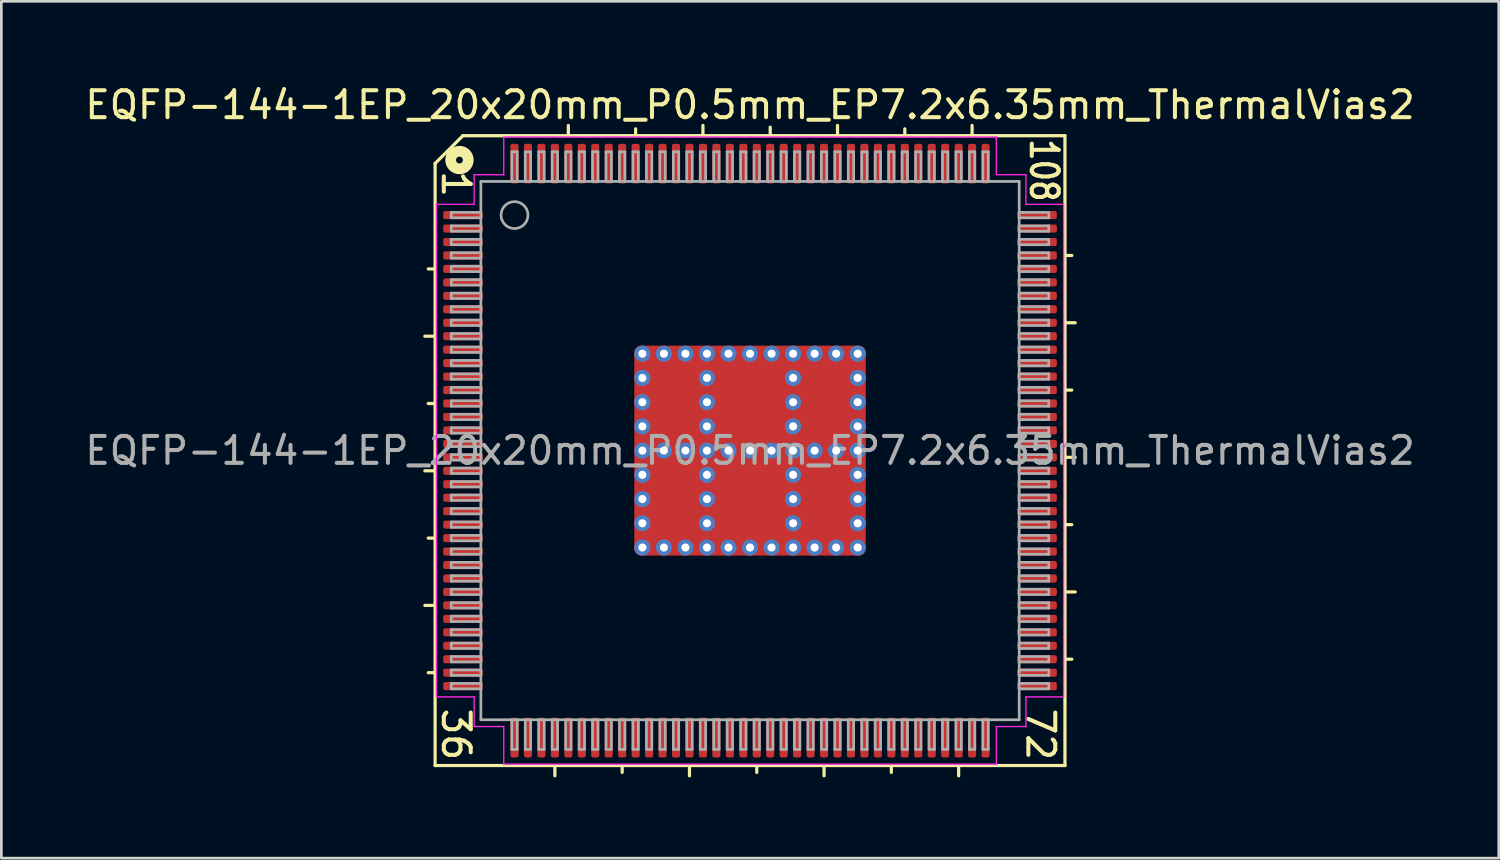
<source format=kicad_pcb>
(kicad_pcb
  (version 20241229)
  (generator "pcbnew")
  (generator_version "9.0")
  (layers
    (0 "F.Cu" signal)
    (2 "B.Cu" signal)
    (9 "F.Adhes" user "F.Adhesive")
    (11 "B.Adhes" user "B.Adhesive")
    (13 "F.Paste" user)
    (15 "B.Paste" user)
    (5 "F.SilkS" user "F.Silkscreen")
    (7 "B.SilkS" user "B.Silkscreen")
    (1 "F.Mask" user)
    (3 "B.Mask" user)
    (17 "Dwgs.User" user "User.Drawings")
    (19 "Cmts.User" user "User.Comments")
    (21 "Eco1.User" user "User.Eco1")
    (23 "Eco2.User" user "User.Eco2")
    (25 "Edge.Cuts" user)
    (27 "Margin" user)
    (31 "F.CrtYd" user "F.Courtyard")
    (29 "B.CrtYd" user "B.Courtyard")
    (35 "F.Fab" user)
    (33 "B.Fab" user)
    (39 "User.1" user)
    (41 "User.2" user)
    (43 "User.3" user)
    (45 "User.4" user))
  (footprint "EQFP-144-1EP_20x20mm_P0.5mm_EP7.2x6.35mm_ThermalVias2"
    (layer "F.Cu")
    (at 24.815 13.691)
    (property "Reference" "EQFP-144-1EP_20x20mm_P0.5mm_EP7.2x6.35mm_ThermalVias2" (at 0 -12.843 0) (layer "F.SilkS") (effects (font (size 1 1) (thickness 0.15))))
    (attr smd)
    (fp_line (start -11.7 -10.668) (end -11.7 11.7) (stroke (width 0.12) (type solid)) (layer "F.SilkS"))
    (fp_line (start -11.7 -6.75) (end -11.954 -6.75) (stroke (width 0.12) (type solid)) (layer "F.SilkS"))
    (fp_line (start -11.7 -4.25) (end -12.081 -4.25) (stroke (width 0.12) (type solid)) (layer "F.SilkS"))
    (fp_line (start -11.7 -1.75) (end -11.954 -1.75) (stroke (width 0.12) (type solid)) (layer "F.SilkS"))
    (fp_line (start -11.7 0.75) (end -12.081 0.75) (stroke (width 0.12) (type solid)) (layer "F.SilkS"))
    (fp_line (start -11.7 3.25) (end -11.954 3.25) (stroke (width 0.12) (type solid)) (layer "F.SilkS"))
    (fp_line (start -11.7 5.75) (end -12.081 5.75) (stroke (width 0.12) (type solid)) (layer "F.SilkS"))
    (fp_line (start -11.7 8.25) (end -11.954 8.25) (stroke (width 0.12) (type solid)) (layer "F.SilkS"))
    (fp_line (start -11.7 11.7) (end 11.7 11.7) (stroke (width 0.12) (type solid)) (layer "F.SilkS"))
    (fp_line (start -10.668 -11.7) (end -11.7 -10.668) (stroke (width 0.12) (type solid)) (layer "F.SilkS"))
    (fp_line (start -7.25 11.7) (end -7.25 12.081) (stroke (width 0.12) (type solid)) (layer "F.SilkS"))
    (fp_line (start -6.75 -11.7) (end -6.75 -12.081) (stroke (width 0.12) (type solid)) (layer "F.SilkS"))
    (fp_line (start -4.75 11.7) (end -4.75 11.954) (stroke (width 0.12) (type solid)) (layer "F.SilkS"))
    (fp_line (start -4.25 -11.7) (end -4.25 -11.954) (stroke (width 0.12) (type solid)) (layer "F.SilkS"))
    (fp_line (start -2.25 11.7) (end -2.25 12.081) (stroke (width 0.12) (type solid)) (layer "F.SilkS"))
    (fp_line (start -1.75 -11.7) (end -1.75 -12.081) (stroke (width 0.12) (type solid)) (layer "F.SilkS"))
    (fp_line (start -0.889 -11.7) (end -10.668 -11.7) (stroke (width 0.12) (type solid)) (layer "F.SilkS"))
    (fp_line (start 0.25 11.7) (end 0.25 11.954) (stroke (width 0.12) (type solid)) (layer "F.SilkS"))
    (fp_line (start 0.75 -11.766) (end 0.75 -12.016) (stroke (width 0.12) (type solid)) (layer "F.SilkS"))
    (fp_line (start 2.75 11.7) (end 2.75 12.081) (stroke (width 0.12) (type solid)) (layer "F.SilkS"))
    (fp_line (start 3.25 -11.7) (end 3.25 -12.081) (stroke (width 0.12) (type solid)) (layer "F.SilkS"))
    (fp_line (start 5.25 11.7) (end 5.25 11.954) (stroke (width 0.12) (type solid)) (layer "F.SilkS"))
    (fp_line (start 5.75 -11.7) (end 5.75 -11.954) (stroke (width 0.12) (type solid)) (layer "F.SilkS"))
    (fp_line (start 7.75 11.7) (end 7.75 12.081) (stroke (width 0.12) (type solid)) (layer "F.SilkS"))
    (fp_line (start 8.25 -11.7) (end 8.25 -12.081) (stroke (width 0.12) (type solid)) (layer "F.SilkS"))
    (fp_line (start 11.7 -11.7) (end -0.889 -11.7) (stroke (width 0.12) (type solid)) (layer "F.SilkS"))
    (fp_line (start 11.7 -7.25) (end 11.954 -7.25) (stroke (width 0.12) (type solid)) (layer "F.SilkS"))
    (fp_line (start 11.7 -4.75) (end 12.081 -4.75) (stroke (width 0.12) (type solid)) (layer "F.SilkS"))
    (fp_line (start 11.7 -2.25) (end 11.954 -2.25) (stroke (width 0.12) (type solid)) (layer "F.SilkS"))
    (fp_line (start 11.7 0.25) (end 12.081 0.25) (stroke (width 0.12) (type solid)) (layer "F.SilkS"))
    (fp_line (start 11.7 2.75) (end 11.954 2.75) (stroke (width 0.12) (type solid)) (layer "F.SilkS"))
    (fp_line (start 11.7 5.25) (end 12.081 5.25) (stroke (width 0.12) (type solid)) (layer "F.SilkS"))
    (fp_line (start 11.7 7.75) (end 11.954 7.75) (stroke (width 0.12) (type solid)) (layer "F.SilkS"))
    (fp_line (start 11.7 11.7) (end 11.7 -11.7) (stroke (width 0.12) (type solid)) (layer "F.SilkS"))
    (fp_circle (center -10.795 -10.795) (end -10.668 -10.795) (stroke (width 0.4) (type solid)) (fill no) (layer "F.SilkS"))
    (fp_line (start -11.65 -9.15) (end -11.65 0) (stroke (width 0.05) (type solid)) (layer "F.CrtYd"))
    (fp_line (start -11.65 9.15) (end -11.65 0) (stroke (width 0.05) (type solid)) (layer "F.CrtYd"))
    (fp_line (start -10.25 -10.25) (end -10.25 -9.15) (stroke (width 0.05) (type solid)) (layer "F.CrtYd"))
    (fp_line (start -10.25 -9.15) (end -11.65 -9.15) (stroke (width 0.05) (type solid)) (layer "F.CrtYd"))
    (fp_line (start -10.25 9.15) (end -11.65 9.15) (stroke (width 0.05) (type solid)) (layer "F.CrtYd"))
    (fp_line (start -10.25 10.25) (end -10.25 9.15) (stroke (width 0.05) (type solid)) (layer "F.CrtYd"))
    (fp_line (start -9.15 -11.65) (end -9.15 -10.25) (stroke (width 0.05) (type solid)) (layer "F.CrtYd"))
    (fp_line (start -9.15 -10.25) (end -10.25 -10.25) (stroke (width 0.05) (type solid)) (layer "F.CrtYd"))
    (fp_line (start -9.15 10.25) (end -10.25 10.25) (stroke (width 0.05) (type solid)) (layer "F.CrtYd"))
    (fp_line (start -9.15 11.65) (end -9.15 10.25) (stroke (width 0.05) (type solid)) (layer "F.CrtYd"))
    (fp_line (start 0 -11.65) (end -9.15 -11.65) (stroke (width 0.05) (type solid)) (layer "F.CrtYd"))
    (fp_line (start 0 -11.65) (end 9.15 -11.65) (stroke (width 0.05) (type solid)) (layer "F.CrtYd"))
    (fp_line (start 0 11.65) (end -9.15 11.65) (stroke (width 0.05) (type solid)) (layer "F.CrtYd"))
    (fp_line (start 0 11.65) (end 9.15 11.65) (stroke (width 0.05) (type solid)) (layer "F.CrtYd"))
    (fp_line (start 9.15 -11.65) (end 9.15 -10.25) (stroke (width 0.05) (type solid)) (layer "F.CrtYd"))
    (fp_line (start 9.15 -10.25) (end 10.25 -10.25) (stroke (width 0.05) (type solid)) (layer "F.CrtYd"))
    (fp_line (start 9.15 10.25) (end 10.25 10.25) (stroke (width 0.05) (type solid)) (layer "F.CrtYd"))
    (fp_line (start 9.15 11.65) (end 9.15 10.25) (stroke (width 0.05) (type solid)) (layer "F.CrtYd"))
    (fp_line (start 10.25 -10.25) (end 10.25 -9.15) (stroke (width 0.05) (type solid)) (layer "F.CrtYd"))
    (fp_line (start 10.25 -9.15) (end 11.65 -9.15) (stroke (width 0.05) (type solid)) (layer "F.CrtYd"))
    (fp_line (start 10.25 9.15) (end 11.65 9.15) (stroke (width 0.05) (type solid)) (layer "F.CrtYd"))
    (fp_line (start 10.25 10.25) (end 10.25 9.15) (stroke (width 0.05) (type solid)) (layer "F.CrtYd"))
    (fp_line (start 11.65 -9.15) (end 11.65 0) (stroke (width 0.05) (type solid)) (layer "F.CrtYd"))
    (fp_line (start 11.65 9.15) (end 11.65 0) (stroke (width 0.05) (type solid)) (layer "F.CrtYd"))
    (fp_line (start -11.1 -8.85) (end -11.1 -8.65) (stroke (width 0.1) (type solid)) (layer "F.Fab"))
    (fp_line (start -11.1 -8.85) (end -10 -8.85) (stroke (width 0.1) (type solid)) (layer "F.Fab"))
    (fp_line (start -11.1 -8.65) (end -10 -8.65) (stroke (width 0.1) (type solid)) (layer "F.Fab"))
    (fp_line (start -11.1 -8.35) (end -11.1 -8.15) (stroke (width 0.1) (type solid)) (layer "F.Fab"))
    (fp_line (start -11.1 -8.35) (end -10 -8.35) (stroke (width 0.1) (type solid)) (layer "F.Fab"))
    (fp_line (start -11.1 -8.15) (end -10 -8.15) (stroke (width 0.1) (type solid)) (layer "F.Fab"))
    (fp_line (start -11.1 -7.85) (end -11.1 -7.65) (stroke (width 0.1) (type solid)) (layer "F.Fab"))
    (fp_line (start -11.1 -7.85) (end -10 -7.85) (stroke (width 0.1) (type solid)) (layer "F.Fab"))
    (fp_line (start -11.1 -7.65) (end -10 -7.65) (stroke (width 0.1) (type solid)) (layer "F.Fab"))
    (fp_line (start -11.1 -7.35) (end -11.1 -7.15) (stroke (width 0.1) (type solid)) (layer "F.Fab"))
    (fp_line (start -11.1 -7.35) (end -10 -7.35) (stroke (width 0.1) (type solid)) (layer "F.Fab"))
    (fp_line (start -11.1 -7.15) (end -10 -7.15) (stroke (width 0.1) (type solid)) (layer "F.Fab"))
    (fp_line (start -11.1 -6.85) (end -11.1 -6.65) (stroke (width 0.1) (type solid)) (layer "F.Fab"))
    (fp_line (start -11.1 -6.85) (end -10 -6.85) (stroke (width 0.1) (type solid)) (layer "F.Fab"))
    (fp_line (start -11.1 -6.65) (end -10 -6.65) (stroke (width 0.1) (type solid)) (layer "F.Fab"))
    (fp_line (start -11.1 -6.35) (end -11.1 -6.15) (stroke (width 0.1) (type solid)) (layer "F.Fab"))
    (fp_line (start -11.1 -6.35) (end -10 -6.35) (stroke (width 0.1) (type solid)) (layer "F.Fab"))
    (fp_line (start -11.1 -6.15) (end -10 -6.15) (stroke (width 0.1) (type solid)) (layer "F.Fab"))
    (fp_line (start -11.1 -5.85) (end -11.1 -5.65) (stroke (width 0.1) (type solid)) (layer "F.Fab"))
    (fp_line (start -11.1 -5.85) (end -10 -5.85) (stroke (width 0.1) (type solid)) (layer "F.Fab"))
    (fp_line (start -11.1 -5.65) (end -10 -5.65) (stroke (width 0.1) (type solid)) (layer "F.Fab"))
    (fp_line (start -11.1 -5.35) (end -11.1 -5.15) (stroke (width 0.1) (type solid)) (layer "F.Fab"))
    (fp_line (start -11.1 -5.35) (end -10 -5.35) (stroke (width 0.1) (type solid)) (layer "F.Fab"))
    (fp_line (start -11.1 -5.15) (end -10 -5.15) (stroke (width 0.1) (type solid)) (layer "F.Fab"))
    (fp_line (start -11.1 -4.85) (end -11.1 -4.65) (stroke (width 0.1) (type solid)) (layer "F.Fab"))
    (fp_line (start -11.1 -4.85) (end -10 -4.85) (stroke (width 0.1) (type solid)) (layer "F.Fab"))
    (fp_line (start -11.1 -4.65) (end -10 -4.65) (stroke (width 0.1) (type solid)) (layer "F.Fab"))
    (fp_line (start -11.1 -4.35) (end -11.1 -4.15) (stroke (width 0.1) (type solid)) (layer "F.Fab"))
    (fp_line (start -11.1 -4.35) (end -10 -4.35) (stroke (width 0.1) (type solid)) (layer "F.Fab"))
    (fp_line (start -11.1 -4.15) (end -10 -4.15) (stroke (width 0.1) (type solid)) (layer "F.Fab"))
    (fp_line (start -11.1 -3.85) (end -11.1 -3.65) (stroke (width 0.1) (type solid)) (layer "F.Fab"))
    (fp_line (start -11.1 -3.85) (end -10 -3.85) (stroke (width 0.1) (type solid)) (layer "F.Fab"))
    (fp_line (start -11.1 -3.65) (end -10 -3.65) (stroke (width 0.1) (type solid)) (layer "F.Fab"))
    (fp_line (start -11.1 -3.35) (end -11.1 -3.15) (stroke (width 0.1) (type solid)) (layer "F.Fab"))
    (fp_line (start -11.1 -3.35) (end -10 -3.35) (stroke (width 0.1) (type solid)) (layer "F.Fab"))
    (fp_line (start -11.1 -3.15) (end -10 -3.15) (stroke (width 0.1) (type solid)) (layer "F.Fab"))
    (fp_line (start -11.1 -2.85) (end -11.1 -2.65) (stroke (width 0.1) (type solid)) (layer "F.Fab"))
    (fp_line (start -11.1 -2.85) (end -10 -2.85) (stroke (width 0.1) (type solid)) (layer "F.Fab"))
    (fp_line (start -11.1 -2.65) (end -10 -2.65) (stroke (width 0.1) (type solid)) (layer "F.Fab"))
    (fp_line (start -11.1 -2.35) (end -11.1 -2.15) (stroke (width 0.1) (type solid)) (layer "F.Fab"))
    (fp_line (start -11.1 -2.35) (end -10 -2.35) (stroke (width 0.1) (type solid)) (layer "F.Fab"))
    (fp_line (start -11.1 -2.15) (end -10 -2.15) (stroke (width 0.1) (type solid)) (layer "F.Fab"))
    (fp_line (start -11.1 -1.85) (end -11.1 -1.65) (stroke (width 0.1) (type solid)) (layer "F.Fab"))
    (fp_line (start -11.1 -1.85) (end -10 -1.85) (stroke (width 0.1) (type solid)) (layer "F.Fab"))
    (fp_line (start -11.1 -1.65) (end -10 -1.65) (stroke (width 0.1) (type solid)) (layer "F.Fab"))
    (fp_line (start -11.1 -1.35) (end -11.1 -1.15) (stroke (width 0.1) (type solid)) (layer "F.Fab"))
    (fp_line (start -11.1 -1.35) (end -10 -1.35) (stroke (width 0.1) (type solid)) (layer "F.Fab"))
    (fp_line (start -11.1 -1.15) (end -10 -1.15) (stroke (width 0.1) (type solid)) (layer "F.Fab"))
    (fp_line (start -11.1 -0.85) (end -11.1 -0.65) (stroke (width 0.1) (type solid)) (layer "F.Fab"))
    (fp_line (start -11.1 -0.85) (end -10 -0.85) (stroke (width 0.1) (type solid)) (layer "F.Fab"))
    (fp_line (start -11.1 -0.65) (end -10 -0.65) (stroke (width 0.1) (type solid)) (layer "F.Fab"))
    (fp_line (start -11.1 -0.35) (end -11.1 -0.15) (stroke (width 0.1) (type solid)) (layer "F.Fab"))
    (fp_line (start -11.1 -0.35) (end -10 -0.35) (stroke (width 0.1) (type solid)) (layer "F.Fab"))
    (fp_line (start -11.1 -0.15) (end -10 -0.15) (stroke (width 0.1) (type solid)) (layer "F.Fab"))
    (fp_line (start -11.1 0.15) (end -11.1 0.35) (stroke (width 0.1) (type solid)) (layer "F.Fab"))
    (fp_line (start -11.1 0.15) (end -10 0.15) (stroke (width 0.1) (type solid)) (layer "F.Fab"))
    (fp_line (start -11.1 0.35) (end -10 0.35) (stroke (width 0.1) (type solid)) (layer "F.Fab"))
    (fp_line (start -11.1 0.65) (end -11.1 0.85) (stroke (width 0.1) (type solid)) (layer "F.Fab"))
    (fp_line (start -11.1 0.65) (end -10 0.65) (stroke (width 0.1) (type solid)) (layer "F.Fab"))
    (fp_line (start -11.1 0.85) (end -10 0.85) (stroke (width 0.1) (type solid)) (layer "F.Fab"))
    (fp_line (start -11.1 1.15) (end -11.1 1.35) (stroke (width 0.1) (type solid)) (layer "F.Fab"))
    (fp_line (start -11.1 1.15) (end -10 1.15) (stroke (width 0.1) (type solid)) (layer "F.Fab"))
    (fp_line (start -11.1 1.35) (end -10 1.35) (stroke (width 0.1) (type solid)) (layer "F.Fab"))
    (fp_line (start -11.1 1.65) (end -11.1 1.85) (stroke (width 0.1) (type solid)) (layer "F.Fab"))
    (fp_line (start -11.1 1.65) (end -10 1.65) (stroke (width 0.1) (type solid)) (layer "F.Fab"))
    (fp_line (start -11.1 1.85) (end -10 1.85) (stroke (width 0.1) (type solid)) (layer "F.Fab"))
    (fp_line (start -11.1 2.15) (end -11.1 2.35) (stroke (width 0.1) (type solid)) (layer "F.Fab"))
    (fp_line (start -11.1 2.15) (end -10 2.15) (stroke (width 0.1) (type solid)) (layer "F.Fab"))
    (fp_line (start -11.1 2.35) (end -10 2.35) (stroke (width 0.1) (type solid)) (layer "F.Fab"))
    (fp_line (start -11.1 2.65) (end -11.1 2.85) (stroke (width 0.1) (type solid)) (layer "F.Fab"))
    (fp_line (start -11.1 2.65) (end -10 2.65) (stroke (width 0.1) (type solid)) (layer "F.Fab"))
    (fp_line (start -11.1 2.85) (end -10 2.85) (stroke (width 0.1) (type solid)) (layer "F.Fab"))
    (fp_line (start -11.1 3.15) (end -11.1 3.35) (stroke (width 0.1) (type solid)) (layer "F.Fab"))
    (fp_line (start -11.1 3.15) (end -10 3.15) (stroke (width 0.1) (type solid)) (layer "F.Fab"))
    (fp_line (start -11.1 3.35) (end -10 3.35) (stroke (width 0.1) (type solid)) (layer "F.Fab"))
    (fp_line (start -11.1 3.65) (end -11.1 3.85) (stroke (width 0.1) (type solid)) (layer "F.Fab"))
    (fp_line (start -11.1 3.65) (end -10 3.65) (stroke (width 0.1) (type solid)) (layer "F.Fab"))
    (fp_line (start -11.1 3.85) (end -10 3.85) (stroke (width 0.1) (type solid)) (layer "F.Fab"))
    (fp_line (start -11.1 4.15) (end -11.1 4.35) (stroke (width 0.1) (type solid)) (layer "F.Fab"))
    (fp_line (start -11.1 4.15) (end -10 4.15) (stroke (width 0.1) (type solid)) (layer "F.Fab"))
    (fp_line (start -11.1 4.35) (end -10 4.35) (stroke (width 0.1) (type solid)) (layer "F.Fab"))
    (fp_line (start -11.1 4.65) (end -11.1 4.85) (stroke (width 0.1) (type solid)) (layer "F.Fab"))
    (fp_line (start -11.1 4.65) (end -10 4.65) (stroke (width 0.1) (type solid)) (layer "F.Fab"))
    (fp_line (start -11.1 4.85) (end -10 4.85) (stroke (width 0.1) (type solid)) (layer "F.Fab"))
    (fp_line (start -11.1 5.15) (end -11.1 5.35) (stroke (width 0.1) (type solid)) (layer "F.Fab"))
    (fp_line (start -11.1 5.15) (end -10 5.15) (stroke (width 0.1) (type solid)) (layer "F.Fab"))
    (fp_line (start -11.1 5.35) (end -10 5.35) (stroke (width 0.1) (type solid)) (layer "F.Fab"))
    (fp_line (start -11.1 5.65) (end -11.1 5.85) (stroke (width 0.1) (type solid)) (layer "F.Fab"))
    (fp_line (start -11.1 5.65) (end -10 5.65) (stroke (width 0.1) (type solid)) (layer "F.Fab"))
    (fp_line (start -11.1 5.85) (end -10 5.85) (stroke (width 0.1) (type solid)) (layer "F.Fab"))
    (fp_line (start -11.1 6.15) (end -11.1 6.35) (stroke (width 0.1) (type solid)) (layer "F.Fab"))
    (fp_line (start -11.1 6.15) (end -10 6.15) (stroke (width 0.1) (type solid)) (layer "F.Fab"))
    (fp_line (start -11.1 6.35) (end -10 6.35) (stroke (width 0.1) (type solid)) (layer "F.Fab"))
    (fp_line (start -11.1 6.65) (end -11.1 6.85) (stroke (width 0.1) (type solid)) (layer "F.Fab"))
    (fp_line (start -11.1 6.65) (end -10 6.65) (stroke (width 0.1) (type solid)) (layer "F.Fab"))
    (fp_line (start -11.1 6.85) (end -10 6.85) (stroke (width 0.1) (type solid)) (layer "F.Fab"))
    (fp_line (start -11.1 7.15) (end -11.1 7.35) (stroke (width 0.1) (type solid)) (layer "F.Fab"))
    (fp_line (start -11.1 7.15) (end -10 7.15) (stroke (width 0.1) (type solid)) (layer "F.Fab"))
    (fp_line (start -11.1 7.35) (end -10 7.35) (stroke (width 0.1) (type solid)) (layer "F.Fab"))
    (fp_line (start -11.1 7.65) (end -11.1 7.85) (stroke (width 0.1) (type solid)) (layer "F.Fab"))
    (fp_line (start -11.1 7.65) (end -10 7.65) (stroke (width 0.1) (type solid)) (layer "F.Fab"))
    (fp_line (start -11.1 7.85) (end -10 7.85) (stroke (width 0.1) (type solid)) (layer "F.Fab"))
    (fp_line (start -11.1 8.15) (end -11.1 8.35) (stroke (width 0.1) (type solid)) (layer "F.Fab"))
    (fp_line (start -11.1 8.15) (end -10 8.15) (stroke (width 0.1) (type solid)) (layer "F.Fab"))
    (fp_line (start -11.1 8.35) (end -10 8.35) (stroke (width 0.1) (type solid)) (layer "F.Fab"))
    (fp_line (start -11.1 8.65) (end -11.1 8.85) (stroke (width 0.1) (type solid)) (layer "F.Fab"))
    (fp_line (start -11.1 8.65) (end -10 8.65) (stroke (width 0.1) (type solid)) (layer "F.Fab"))
    (fp_line (start -11.1 8.85) (end -10 8.85) (stroke (width 0.1) (type solid)) (layer "F.Fab"))
    (fp_line (start -10 -10) (end 10 -10) (stroke (width 0.1) (type solid)) (layer "F.Fab"))
    (fp_line (start -10 10) (end -10 -10) (stroke (width 0.1) (type solid)) (layer "F.Fab"))
    (fp_line (start -8.85 -11.1) (end -8.85 -10) (stroke (width 0.1) (type solid)) (layer "F.Fab"))
    (fp_line (start -8.85 11.1) (end -8.85 10) (stroke (width 0.1) (type solid)) (layer "F.Fab"))
    (fp_line (start -8.85 11.1) (end -8.65 11.1) (stroke (width 0.1) (type solid)) (layer "F.Fab"))
    (fp_line (start -8.65 -11.1) (end -8.85 -11.1) (stroke (width 0.1) (type solid)) (layer "F.Fab"))
    (fp_line (start -8.65 -11.1) (end -8.65 -10) (stroke (width 0.1) (type solid)) (layer "F.Fab"))
    (fp_line (start -8.65 11.1) (end -8.65 10) (stroke (width 0.1) (type solid)) (layer "F.Fab"))
    (fp_line (start -8.35 -11.1) (end -8.35 -10) (stroke (width 0.1) (type solid)) (layer "F.Fab"))
    (fp_line (start -8.35 11.1) (end -8.35 10) (stroke (width 0.1) (type solid)) (layer "F.Fab"))
    (fp_line (start -8.35 11.1) (end -8.15 11.1) (stroke (width 0.1) (type solid)) (layer "F.Fab"))
    (fp_line (start -8.15 -11.1) (end -8.35 -11.1) (stroke (width 0.1) (type solid)) (layer "F.Fab"))
    (fp_line (start -8.15 -11.1) (end -8.15 -10) (stroke (width 0.1) (type solid)) (layer "F.Fab"))
    (fp_line (start -8.15 11.1) (end -8.15 10) (stroke (width 0.1) (type solid)) (layer "F.Fab"))
    (fp_line (start -7.85 -11.1) (end -7.85 -10) (stroke (width 0.1) (type solid)) (layer "F.Fab"))
    (fp_line (start -7.85 11.1) (end -7.85 10) (stroke (width 0.1) (type solid)) (layer "F.Fab"))
    (fp_line (start -7.85 11.1) (end -7.65 11.1) (stroke (width 0.1) (type solid)) (layer "F.Fab"))
    (fp_line (start -7.65 -11.1) (end -7.85 -11.1) (stroke (width 0.1) (type solid)) (layer "F.Fab"))
    (fp_line (start -7.65 -11.1) (end -7.65 -10) (stroke (width 0.1) (type solid)) (layer "F.Fab"))
    (fp_line (start -7.65 11.1) (end -7.65 10) (stroke (width 0.1) (type solid)) (layer "F.Fab"))
    (fp_line (start -7.35 -11.1) (end -7.35 -10) (stroke (width 0.1) (type solid)) (layer "F.Fab"))
    (fp_line (start -7.35 11.1) (end -7.35 10) (stroke (width 0.1) (type solid)) (layer "F.Fab"))
    (fp_line (start -7.35 11.1) (end -7.15 11.1) (stroke (width 0.1) (type solid)) (layer "F.Fab"))
    (fp_line (start -7.15 -11.1) (end -7.35 -11.1) (stroke (width 0.1) (type solid)) (layer "F.Fab"))
    (fp_line (start -7.15 -11.1) (end -7.15 -10) (stroke (width 0.1) (type solid)) (layer "F.Fab"))
    (fp_line (start -7.15 11.1) (end -7.15 10) (stroke (width 0.1) (type solid)) (layer "F.Fab"))
    (fp_line (start -6.85 -11.1) (end -6.85 -10) (stroke (width 0.1) (type solid)) (layer "F.Fab"))
    (fp_line (start -6.85 11.1) (end -6.85 10) (stroke (width 0.1) (type solid)) (layer "F.Fab"))
    (fp_line (start -6.85 11.1) (end -6.65 11.1) (stroke (width 0.1) (type solid)) (layer "F.Fab"))
    (fp_line (start -6.65 -11.1) (end -6.85 -11.1) (stroke (width 0.1) (type solid)) (layer "F.Fab"))
    (fp_line (start -6.65 -11.1) (end -6.65 -10) (stroke (width 0.1) (type solid)) (layer "F.Fab"))
    (fp_line (start -6.65 11.1) (end -6.65 10) (stroke (width 0.1) (type solid)) (layer "F.Fab"))
    (fp_line (start -6.35 -11.1) (end -6.35 -10) (stroke (width 0.1) (type solid)) (layer "F.Fab"))
    (fp_line (start -6.35 11.1) (end -6.35 10) (stroke (width 0.1) (type solid)) (layer "F.Fab"))
    (fp_line (start -6.35 11.1) (end -6.15 11.1) (stroke (width 0.1) (type solid)) (layer "F.Fab"))
    (fp_line (start -6.15 -11.1) (end -6.35 -11.1) (stroke (width 0.1) (type solid)) (layer "F.Fab"))
    (fp_line (start -6.15 -11.1) (end -6.15 -10) (stroke (width 0.1) (type solid)) (layer "F.Fab"))
    (fp_line (start -6.15 11.1) (end -6.15 10) (stroke (width 0.1) (type solid)) (layer "F.Fab"))
    (fp_line (start -5.85 -11.1) (end -5.85 -10) (stroke (width 0.1) (type solid)) (layer "F.Fab"))
    (fp_line (start -5.85 11.1) (end -5.85 10) (stroke (width 0.1) (type solid)) (layer "F.Fab"))
    (fp_line (start -5.85 11.1) (end -5.65 11.1) (stroke (width 0.1) (type solid)) (layer "F.Fab"))
    (fp_line (start -5.65 -11.1) (end -5.85 -11.1) (stroke (width 0.1) (type solid)) (layer "F.Fab"))
    (fp_line (start -5.65 -11.1) (end -5.65 -10) (stroke (width 0.1) (type solid)) (layer "F.Fab"))
    (fp_line (start -5.65 11.1) (end -5.65 10) (stroke (width 0.1) (type solid)) (layer "F.Fab"))
    (fp_line (start -5.35 -11.1) (end -5.35 -10) (stroke (width 0.1) (type solid)) (layer "F.Fab"))
    (fp_line (start -5.35 11.1) (end -5.35 10) (stroke (width 0.1) (type solid)) (layer "F.Fab"))
    (fp_line (start -5.35 11.1) (end -5.15 11.1) (stroke (width 0.1) (type solid)) (layer "F.Fab"))
    (fp_line (start -5.15 -11.1) (end -5.35 -11.1) (stroke (width 0.1) (type solid)) (layer "F.Fab"))
    (fp_line (start -5.15 -11.1) (end -5.15 -10) (stroke (width 0.1) (type solid)) (layer "F.Fab"))
    (fp_line (start -5.15 11.1) (end -5.15 10) (stroke (width 0.1) (type solid)) (layer "F.Fab"))
    (fp_line (start -4.85 -11.1) (end -4.85 -10) (stroke (width 0.1) (type solid)) (layer "F.Fab"))
    (fp_line (start -4.85 11.1) (end -4.85 10) (stroke (width 0.1) (type solid)) (layer "F.Fab"))
    (fp_line (start -4.85 11.1) (end -4.65 11.1) (stroke (width 0.1) (type solid)) (layer "F.Fab"))
    (fp_line (start -4.65 -11.1) (end -4.85 -11.1) (stroke (width 0.1) (type solid)) (layer "F.Fab"))
    (fp_line (start -4.65 -11.1) (end -4.65 -10) (stroke (width 0.1) (type solid)) (layer "F.Fab"))
    (fp_line (start -4.65 11.1) (end -4.65 10) (stroke (width 0.1) (type solid)) (layer "F.Fab"))
    (fp_line (start -4.35 -11.1) (end -4.35 -10) (stroke (width 0.1) (type solid)) (layer "F.Fab"))
    (fp_line (start -4.35 11.1) (end -4.35 10) (stroke (width 0.1) (type solid)) (layer "F.Fab"))
    (fp_line (start -4.35 11.1) (end -4.15 11.1) (stroke (width 0.1) (type solid)) (layer "F.Fab"))
    (fp_line (start -4.15 -11.1) (end -4.35 -11.1) (stroke (width 0.1) (type solid)) (layer "F.Fab"))
    (fp_line (start -4.15 -11.1) (end -4.15 -10) (stroke (width 0.1) (type solid)) (layer "F.Fab"))
    (fp_line (start -4.15 11.1) (end -4.15 10) (stroke (width 0.1) (type solid)) (layer "F.Fab"))
    (fp_line (start -3.85 -11.1) (end -3.85 -10) (stroke (width 0.1) (type solid)) (layer "F.Fab"))
    (fp_line (start -3.85 11.1) (end -3.85 10) (stroke (width 0.1) (type solid)) (layer "F.Fab"))
    (fp_line (start -3.85 11.1) (end -3.65 11.1) (stroke (width 0.1) (type solid)) (layer "F.Fab"))
    (fp_line (start -3.65 -11.1) (end -3.85 -11.1) (stroke (width 0.1) (type solid)) (layer "F.Fab"))
    (fp_line (start -3.65 -11.1) (end -3.65 -10) (stroke (width 0.1) (type solid)) (layer "F.Fab"))
    (fp_line (start -3.65 11.1) (end -3.65 10) (stroke (width 0.1) (type solid)) (layer "F.Fab"))
    (fp_line (start -3.35 -11.1) (end -3.35 -10) (stroke (width 0.1) (type solid)) (layer "F.Fab"))
    (fp_line (start -3.35 11.1) (end -3.35 10) (stroke (width 0.1) (type solid)) (layer "F.Fab"))
    (fp_line (start -3.35 11.1) (end -3.15 11.1) (stroke (width 0.1) (type solid)) (layer "F.Fab"))
    (fp_line (start -3.15 -11.1) (end -3.35 -11.1) (stroke (width 0.1) (type solid)) (layer "F.Fab"))
    (fp_line (start -3.15 -11.1) (end -3.15 -10) (stroke (width 0.1) (type solid)) (layer "F.Fab"))
    (fp_line (start -3.15 11.1) (end -3.15 10) (stroke (width 0.1) (type solid)) (layer "F.Fab"))
    (fp_line (start -2.85 -11.1) (end -2.85 -10) (stroke (width 0.1) (type solid)) (layer "F.Fab"))
    (fp_line (start -2.85 11.1) (end -2.85 10) (stroke (width 0.1) (type solid)) (layer "F.Fab"))
    (fp_line (start -2.85 11.1) (end -2.65 11.1) (stroke (width 0.1) (type solid)) (layer "F.Fab"))
    (fp_line (start -2.65 -11.1) (end -2.85 -11.1) (stroke (width 0.1) (type solid)) (layer "F.Fab"))
    (fp_line (start -2.65 -11.1) (end -2.65 -10) (stroke (width 0.1) (type solid)) (layer "F.Fab"))
    (fp_line (start -2.65 11.1) (end -2.65 10) (stroke (width 0.1) (type solid)) (layer "F.Fab"))
    (fp_line (start -2.35 -11.1) (end -2.35 -10) (stroke (width 0.1) (type solid)) (layer "F.Fab"))
    (fp_line (start -2.35 11.1) (end -2.35 10) (stroke (width 0.1) (type solid)) (layer "F.Fab"))
    (fp_line (start -2.35 11.1) (end -2.15 11.1) (stroke (width 0.1) (type solid)) (layer "F.Fab"))
    (fp_line (start -2.15 -11.1) (end -2.35 -11.1) (stroke (width 0.1) (type solid)) (layer "F.Fab"))
    (fp_line (start -2.15 -11.1) (end -2.15 -10) (stroke (width 0.1) (type solid)) (layer "F.Fab"))
    (fp_line (start -2.15 11.1) (end -2.15 10) (stroke (width 0.1) (type solid)) (layer "F.Fab"))
    (fp_line (start -1.85 -11.1) (end -1.85 -10) (stroke (width 0.1) (type solid)) (layer "F.Fab"))
    (fp_line (start -1.85 11.1) (end -1.85 10) (stroke (width 0.1) (type solid)) (layer "F.Fab"))
    (fp_line (start -1.85 11.1) (end -1.65 11.1) (stroke (width 0.1) (type solid)) (layer "F.Fab"))
    (fp_line (start -1.65 -11.1) (end -1.85 -11.1) (stroke (width 0.1) (type solid)) (layer "F.Fab"))
    (fp_line (start -1.65 -11.1) (end -1.65 -10) (stroke (width 0.1) (type solid)) (layer "F.Fab"))
    (fp_line (start -1.65 11.1) (end -1.65 10) (stroke (width 0.1) (type solid)) (layer "F.Fab"))
    (fp_line (start -1.35 -11.1) (end -1.35 -10) (stroke (width 0.1) (type solid)) (layer "F.Fab"))
    (fp_line (start -1.35 11.1) (end -1.35 10) (stroke (width 0.1) (type solid)) (layer "F.Fab"))
    (fp_line (start -1.35 11.1) (end -1.15 11.1) (stroke (width 0.1) (type solid)) (layer "F.Fab"))
    (fp_line (start -1.15 -11.1) (end -1.35 -11.1) (stroke (width 0.1) (type solid)) (layer "F.Fab"))
    (fp_line (start -1.15 -11.1) (end -1.15 -10) (stroke (width 0.1) (type solid)) (layer "F.Fab"))
    (fp_line (start -1.15 11.1) (end -1.15 10) (stroke (width 0.1) (type solid)) (layer "F.Fab"))
    (fp_line (start -0.85 -11.1) (end -0.85 -10) (stroke (width 0.1) (type solid)) (layer "F.Fab"))
    (fp_line (start -0.85 11.1) (end -0.85 10) (stroke (width 0.1) (type solid)) (layer "F.Fab"))
    (fp_line (start -0.85 11.1) (end -0.65 11.1) (stroke (width 0.1) (type solid)) (layer "F.Fab"))
    (fp_line (start -0.65 -11.1) (end -0.85 -11.1) (stroke (width 0.1) (type solid)) (layer "F.Fab"))
    (fp_line (start -0.65 -11.1) (end -0.65 -10) (stroke (width 0.1) (type solid)) (layer "F.Fab"))
    (fp_line (start -0.65 11.1) (end -0.65 10) (stroke (width 0.1) (type solid)) (layer "F.Fab"))
    (fp_line (start -0.35 -11.1) (end -0.35 -10) (stroke (width 0.1) (type solid)) (layer "F.Fab"))
    (fp_line (start -0.35 11.1) (end -0.35 10) (stroke (width 0.1) (type solid)) (layer "F.Fab"))
    (fp_line (start -0.35 11.1) (end -0.15 11.1) (stroke (width 0.1) (type solid)) (layer "F.Fab"))
    (fp_line (start -0.15 -11.1) (end -0.35 -11.1) (stroke (width 0.1) (type solid)) (layer "F.Fab"))
    (fp_line (start -0.15 -11.1) (end -0.15 -10) (stroke (width 0.1) (type solid)) (layer "F.Fab"))
    (fp_line (start -0.15 11.1) (end -0.15 10) (stroke (width 0.1) (type solid)) (layer "F.Fab"))
    (fp_line (start 0.15 -11.1) (end 0.15 -10) (stroke (width 0.1) (type solid)) (layer "F.Fab"))
    (fp_line (start 0.15 11.1) (end 0.15 10) (stroke (width 0.1) (type solid)) (layer "F.Fab"))
    (fp_line (start 0.15 11.1) (end 0.35 11.1) (stroke (width 0.1) (type solid)) (layer "F.Fab"))
    (fp_line (start 0.35 -11.1) (end 0.15 -11.1) (stroke (width 0.1) (type solid)) (layer "F.Fab"))
    (fp_line (start 0.35 -11.1) (end 0.35 -10) (stroke (width 0.1) (type solid)) (layer "F.Fab"))
    (fp_line (start 0.35 11.1) (end 0.35 10) (stroke (width 0.1) (type solid)) (layer "F.Fab"))
    (fp_line (start 0.65 -11.1) (end 0.65 -10) (stroke (width 0.1) (type solid)) (layer "F.Fab"))
    (fp_line (start 0.65 11.1) (end 0.65 10) (stroke (width 0.1) (type solid)) (layer "F.Fab"))
    (fp_line (start 0.65 11.1) (end 0.85 11.1) (stroke (width 0.1) (type solid)) (layer "F.Fab"))
    (fp_line (start 0.85 -11.1) (end 0.65 -11.1) (stroke (width 0.1) (type solid)) (layer "F.Fab"))
    (fp_line (start 0.85 -11.1) (end 0.85 -10) (stroke (width 0.1) (type solid)) (layer "F.Fab"))
    (fp_line (start 0.85 11.1) (end 0.85 10) (stroke (width 0.1) (type solid)) (layer "F.Fab"))
    (fp_line (start 1.15 -11.1) (end 1.15 -10) (stroke (width 0.1) (type solid)) (layer "F.Fab"))
    (fp_line (start 1.15 11.1) (end 1.15 10) (stroke (width 0.1) (type solid)) (layer "F.Fab"))
    (fp_line (start 1.15 11.1) (end 1.35 11.1) (stroke (width 0.1) (type solid)) (layer "F.Fab"))
    (fp_line (start 1.35 -11.1) (end 1.15 -11.1) (stroke (width 0.1) (type solid)) (layer "F.Fab"))
    (fp_line (start 1.35 -11.1) (end 1.35 -10) (stroke (width 0.1) (type solid)) (layer "F.Fab"))
    (fp_line (start 1.35 11.1) (end 1.35 10) (stroke (width 0.1) (type solid)) (layer "F.Fab"))
    (fp_line (start 1.65 -11.1) (end 1.65 -10) (stroke (width 0.1) (type solid)) (layer "F.Fab"))
    (fp_line (start 1.65 11.1) (end 1.65 10) (stroke (width 0.1) (type solid)) (layer "F.Fab"))
    (fp_line (start 1.65 11.1) (end 1.85 11.1) (stroke (width 0.1) (type solid)) (layer "F.Fab"))
    (fp_line (start 1.85 -11.1) (end 1.65 -11.1) (stroke (width 0.1) (type solid)) (layer "F.Fab"))
    (fp_line (start 1.85 -11.1) (end 1.85 -10) (stroke (width 0.1) (type solid)) (layer "F.Fab"))
    (fp_line (start 1.85 11.1) (end 1.85 10) (stroke (width 0.1) (type solid)) (layer "F.Fab"))
    (fp_line (start 2.15 -11.1) (end 2.15 -10) (stroke (width 0.1) (type solid)) (layer "F.Fab"))
    (fp_line (start 2.15 11.1) (end 2.15 10) (stroke (width 0.1) (type solid)) (layer "F.Fab"))
    (fp_line (start 2.15 11.1) (end 2.35 11.1) (stroke (width 0.1) (type solid)) (layer "F.Fab"))
    (fp_line (start 2.35 -11.1) (end 2.15 -11.1) (stroke (width 0.1) (type solid)) (layer "F.Fab"))
    (fp_line (start 2.35 -11.1) (end 2.35 -10) (stroke (width 0.1) (type solid)) (layer "F.Fab"))
    (fp_line (start 2.35 11.1) (end 2.35 10) (stroke (width 0.1) (type solid)) (layer "F.Fab"))
    (fp_line (start 2.65 -11.1) (end 2.65 -10) (stroke (width 0.1) (type solid)) (layer "F.Fab"))
    (fp_line (start 2.65 11.1) (end 2.65 10) (stroke (width 0.1) (type solid)) (layer "F.Fab"))
    (fp_line (start 2.65 11.1) (end 2.85 11.1) (stroke (width 0.1) (type solid)) (layer "F.Fab"))
    (fp_line (start 2.85 -11.1) (end 2.65 -11.1) (stroke (width 0.1) (type solid)) (layer "F.Fab"))
    (fp_line (start 2.85 -11.1) (end 2.85 -10) (stroke (width 0.1) (type solid)) (layer "F.Fab"))
    (fp_line (start 2.85 11.1) (end 2.85 10) (stroke (width 0.1) (type solid)) (layer "F.Fab"))
    (fp_line (start 3.15 -11.1) (end 3.15 -10) (stroke (width 0.1) (type solid)) (layer "F.Fab"))
    (fp_line (start 3.15 11.1) (end 3.15 10) (stroke (width 0.1) (type solid)) (layer "F.Fab"))
    (fp_line (start 3.15 11.1) (end 3.35 11.1) (stroke (width 0.1) (type solid)) (layer "F.Fab"))
    (fp_line (start 3.35 -11.1) (end 3.15 -11.1) (stroke (width 0.1) (type solid)) (layer "F.Fab"))
    (fp_line (start 3.35 -11.1) (end 3.35 -10) (stroke (width 0.1) (type solid)) (layer "F.Fab"))
    (fp_line (start 3.35 11.1) (end 3.35 10) (stroke (width 0.1) (type solid)) (layer "F.Fab"))
    (fp_line (start 3.65 -11.1) (end 3.65 -10) (stroke (width 0.1) (type solid)) (layer "F.Fab"))
    (fp_line (start 3.65 11.1) (end 3.65 10) (stroke (width 0.1) (type solid)) (layer "F.Fab"))
    (fp_line (start 3.65 11.1) (end 3.85 11.1) (stroke (width 0.1) (type solid)) (layer "F.Fab"))
    (fp_line (start 3.85 -11.1) (end 3.65 -11.1) (stroke (width 0.1) (type solid)) (layer "F.Fab"))
    (fp_line (start 3.85 -11.1) (end 3.85 -10) (stroke (width 0.1) (type solid)) (layer "F.Fab"))
    (fp_line (start 3.85 11.1) (end 3.85 10) (stroke (width 0.1) (type solid)) (layer "F.Fab"))
    (fp_line (start 4.15 -11.1) (end 4.15 -10) (stroke (width 0.1) (type solid)) (layer "F.Fab"))
    (fp_line (start 4.15 11.1) (end 4.15 10) (stroke (width 0.1) (type solid)) (layer "F.Fab"))
    (fp_line (start 4.15 11.1) (end 4.35 11.1) (stroke (width 0.1) (type solid)) (layer "F.Fab"))
    (fp_line (start 4.35 -11.1) (end 4.15 -11.1) (stroke (width 0.1) (type solid)) (layer "F.Fab"))
    (fp_line (start 4.35 -11.1) (end 4.35 -10) (stroke (width 0.1) (type solid)) (layer "F.Fab"))
    (fp_line (start 4.35 11.1) (end 4.35 10) (stroke (width 0.1) (type solid)) (layer "F.Fab"))
    (fp_line (start 4.65 -11.1) (end 4.65 -10) (stroke (width 0.1) (type solid)) (layer "F.Fab"))
    (fp_line (start 4.65 11.1) (end 4.65 10) (stroke (width 0.1) (type solid)) (layer "F.Fab"))
    (fp_line (start 4.65 11.1) (end 4.85 11.1) (stroke (width 0.1) (type solid)) (layer "F.Fab"))
    (fp_line (start 4.85 -11.1) (end 4.65 -11.1) (stroke (width 0.1) (type solid)) (layer "F.Fab"))
    (fp_line (start 4.85 -11.1) (end 4.85 -10) (stroke (width 0.1) (type solid)) (layer "F.Fab"))
    (fp_line (start 4.85 11.1) (end 4.85 10) (stroke (width 0.1) (type solid)) (layer "F.Fab"))
    (fp_line (start 5.15 -11.1) (end 5.15 -10) (stroke (width 0.1) (type solid)) (layer "F.Fab"))
    (fp_line (start 5.15 11.1) (end 5.15 10) (stroke (width 0.1) (type solid)) (layer "F.Fab"))
    (fp_line (start 5.15 11.1) (end 5.35 11.1) (stroke (width 0.1) (type solid)) (layer "F.Fab"))
    (fp_line (start 5.35 -11.1) (end 5.15 -11.1) (stroke (width 0.1) (type solid)) (layer "F.Fab"))
    (fp_line (start 5.35 -11.1) (end 5.35 -10) (stroke (width 0.1) (type solid)) (layer "F.Fab"))
    (fp_line (start 5.35 11.1) (end 5.35 10) (stroke (width 0.1) (type solid)) (layer "F.Fab"))
    (fp_line (start 5.65 -11.1) (end 5.65 -10) (stroke (width 0.1) (type solid)) (layer "F.Fab"))
    (fp_line (start 5.65 11.1) (end 5.65 10) (stroke (width 0.1) (type solid)) (layer "F.Fab"))
    (fp_line (start 5.65 11.1) (end 5.85 11.1) (stroke (width 0.1) (type solid)) (layer "F.Fab"))
    (fp_line (start 5.85 -11.1) (end 5.65 -11.1) (stroke (width 0.1) (type solid)) (layer "F.Fab"))
    (fp_line (start 5.85 -11.1) (end 5.85 -10) (stroke (width 0.1) (type solid)) (layer "F.Fab"))
    (fp_line (start 5.85 11.1) (end 5.85 10) (stroke (width 0.1) (type solid)) (layer "F.Fab"))
    (fp_line (start 6.15 -11.1) (end 6.15 -10) (stroke (width 0.1) (type solid)) (layer "F.Fab"))
    (fp_line (start 6.15 11.1) (end 6.15 10) (stroke (width 0.1) (type solid)) (layer "F.Fab"))
    (fp_line (start 6.15 11.1) (end 6.35 11.1) (stroke (width 0.1) (type solid)) (layer "F.Fab"))
    (fp_line (start 6.35 -11.1) (end 6.15 -11.1) (stroke (width 0.1) (type solid)) (layer "F.Fab"))
    (fp_line (start 6.35 -11.1) (end 6.35 -10) (stroke (width 0.1) (type solid)) (layer "F.Fab"))
    (fp_line (start 6.35 11.1) (end 6.35 10) (stroke (width 0.1) (type solid)) (layer "F.Fab"))
    (fp_line (start 6.65 -11.1) (end 6.65 -10) (stroke (width 0.1) (type solid)) (layer "F.Fab"))
    (fp_line (start 6.65 11.1) (end 6.65 10) (stroke (width 0.1) (type solid)) (layer "F.Fab"))
    (fp_line (start 6.65 11.1) (end 6.85 11.1) (stroke (width 0.1) (type solid)) (layer "F.Fab"))
    (fp_line (start 6.85 -11.1) (end 6.65 -11.1) (stroke (width 0.1) (type solid)) (layer "F.Fab"))
    (fp_line (start 6.85 -11.1) (end 6.85 -10) (stroke (width 0.1) (type solid)) (layer "F.Fab"))
    (fp_line (start 6.85 11.1) (end 6.85 10) (stroke (width 0.1) (type solid)) (layer "F.Fab"))
    (fp_line (start 7.15 -11.1) (end 7.15 -10) (stroke (width 0.1) (type solid)) (layer "F.Fab"))
    (fp_line (start 7.15 11.1) (end 7.15 10) (stroke (width 0.1) (type solid)) (layer "F.Fab"))
    (fp_line (start 7.15 11.1) (end 7.35 11.1) (stroke (width 0.1) (type solid)) (layer "F.Fab"))
    (fp_line (start 7.35 -11.1) (end 7.15 -11.1) (stroke (width 0.1) (type solid)) (layer "F.Fab"))
    (fp_line (start 7.35 -11.1) (end 7.35 -10) (stroke (width 0.1) (type solid)) (layer "F.Fab"))
    (fp_line (start 7.35 11.1) (end 7.35 10) (stroke (width 0.1) (type solid)) (layer "F.Fab"))
    (fp_line (start 7.65 -11.1) (end 7.65 -10) (stroke (width 0.1) (type solid)) (layer "F.Fab"))
    (fp_line (start 7.65 11.1) (end 7.65 10) (stroke (width 0.1) (type solid)) (layer "F.Fab"))
    (fp_line (start 7.65 11.1) (end 7.85 11.1) (stroke (width 0.1) (type solid)) (layer "F.Fab"))
    (fp_line (start 7.85 -11.1) (end 7.65 -11.1) (stroke (width 0.1) (type solid)) (layer "F.Fab"))
    (fp_line (start 7.85 -11.1) (end 7.85 -10) (stroke (width 0.1) (type solid)) (layer "F.Fab"))
    (fp_line (start 7.85 11.1) (end 7.85 10) (stroke (width 0.1) (type solid)) (layer "F.Fab"))
    (fp_line (start 8.15 -11.1) (end 8.15 -10) (stroke (width 0.1) (type solid)) (layer "F.Fab"))
    (fp_line (start 8.15 11.1) (end 8.15 10) (stroke (width 0.1) (type solid)) (layer "F.Fab"))
    (fp_line (start 8.15 11.1) (end 8.35 11.1) (stroke (width 0.1) (type solid)) (layer "F.Fab"))
    (fp_line (start 8.35 -11.1) (end 8.15 -11.1) (stroke (width 0.1) (type solid)) (layer "F.Fab"))
    (fp_line (start 8.35 -11.1) (end 8.35 -10) (stroke (width 0.1) (type solid)) (layer "F.Fab"))
    (fp_line (start 8.35 11.1) (end 8.35 10) (stroke (width 0.1) (type solid)) (layer "F.Fab"))
    (fp_line (start 8.65 -11.1) (end 8.65 -10) (stroke (width 0.1) (type solid)) (layer "F.Fab"))
    (fp_line (start 8.65 11.1) (end 8.65 10) (stroke (width 0.1) (type solid)) (layer "F.Fab"))
    (fp_line (start 8.65 11.1) (end 8.85 11.1) (stroke (width 0.1) (type solid)) (layer "F.Fab"))
    (fp_line (start 8.85 -11.1) (end 8.65 -11.1) (stroke (width 0.1) (type solid)) (layer "F.Fab"))
    (fp_line (start 8.85 -11.1) (end 8.85 -10) (stroke (width 0.1) (type solid)) (layer "F.Fab"))
    (fp_line (start 8.85 11.1) (end 8.85 10) (stroke (width 0.1) (type solid)) (layer "F.Fab"))
    (fp_line (start 10 -10) (end 10 10) (stroke (width 0.1) (type solid)) (layer "F.Fab"))
    (fp_line (start 10 10) (end -10 10) (stroke (width 0.1) (type solid)) (layer "F.Fab"))
    (fp_line (start 11.1 -8.85) (end 10 -8.85) (stroke (width 0.1) (type solid)) (layer "F.Fab"))
    (fp_line (start 11.1 -8.65) (end 10 -8.65) (stroke (width 0.1) (type solid)) (layer "F.Fab"))
    (fp_line (start 11.1 -8.65) (end 11.1 -8.85) (stroke (width 0.1) (type solid)) (layer "F.Fab"))
    (fp_line (start 11.1 -8.35) (end 10 -8.35) (stroke (width 0.1) (type solid)) (layer "F.Fab"))
    (fp_line (start 11.1 -8.15) (end 10 -8.15) (stroke (width 0.1) (type solid)) (layer "F.Fab"))
    (fp_line (start 11.1 -8.15) (end 11.1 -8.35) (stroke (width 0.1) (type solid)) (layer "F.Fab"))
    (fp_line (start 11.1 -7.85) (end 10 -7.85) (stroke (width 0.1) (type solid)) (layer "F.Fab"))
    (fp_line (start 11.1 -7.65) (end 10 -7.65) (stroke (width 0.1) (type solid)) (layer "F.Fab"))
    (fp_line (start 11.1 -7.65) (end 11.1 -7.85) (stroke (width 0.1) (type solid)) (layer "F.Fab"))
    (fp_line (start 11.1 -7.35) (end 10 -7.35) (stroke (width 0.1) (type solid)) (layer "F.Fab"))
    (fp_line (start 11.1 -7.15) (end 10 -7.15) (stroke (width 0.1) (type solid)) (layer "F.Fab"))
    (fp_line (start 11.1 -7.15) (end 11.1 -7.35) (stroke (width 0.1) (type solid)) (layer "F.Fab"))
    (fp_line (start 11.1 -6.85) (end 10 -6.85) (stroke (width 0.1) (type solid)) (layer "F.Fab"))
    (fp_line (start 11.1 -6.65) (end 10 -6.65) (stroke (width 0.1) (type solid)) (layer "F.Fab"))
    (fp_line (start 11.1 -6.65) (end 11.1 -6.85) (stroke (width 0.1) (type solid)) (layer "F.Fab"))
    (fp_line (start 11.1 -6.35) (end 10 -6.35) (stroke (width 0.1) (type solid)) (layer "F.Fab"))
    (fp_line (start 11.1 -6.15) (end 10 -6.15) (stroke (width 0.1) (type solid)) (layer "F.Fab"))
    (fp_line (start 11.1 -6.15) (end 11.1 -6.35) (stroke (width 0.1) (type solid)) (layer "F.Fab"))
    (fp_line (start 11.1 -5.85) (end 10 -5.85) (stroke (width 0.1) (type solid)) (layer "F.Fab"))
    (fp_line (start 11.1 -5.65) (end 10 -5.65) (stroke (width 0.1) (type solid)) (layer "F.Fab"))
    (fp_line (start 11.1 -5.65) (end 11.1 -5.85) (stroke (width 0.1) (type solid)) (layer "F.Fab"))
    (fp_line (start 11.1 -5.35) (end 10 -5.35) (stroke (width 0.1) (type solid)) (layer "F.Fab"))
    (fp_line (start 11.1 -5.15) (end 10 -5.15) (stroke (width 0.1) (type solid)) (layer "F.Fab"))
    (fp_line (start 11.1 -5.15) (end 11.1 -5.35) (stroke (width 0.1) (type solid)) (layer "F.Fab"))
    (fp_line (start 11.1 -4.85) (end 10 -4.85) (stroke (width 0.1) (type solid)) (layer "F.Fab"))
    (fp_line (start 11.1 -4.65) (end 10 -4.65) (stroke (width 0.1) (type solid)) (layer "F.Fab"))
    (fp_line (start 11.1 -4.65) (end 11.1 -4.85) (stroke (width 0.1) (type solid)) (layer "F.Fab"))
    (fp_line (start 11.1 -4.35) (end 10 -4.35) (stroke (width 0.1) (type solid)) (layer "F.Fab"))
    (fp_line (start 11.1 -4.15) (end 10 -4.15) (stroke (width 0.1) (type solid)) (layer "F.Fab"))
    (fp_line (start 11.1 -4.15) (end 11.1 -4.35) (stroke (width 0.1) (type solid)) (layer "F.Fab"))
    (fp_line (start 11.1 -3.85) (end 10 -3.85) (stroke (width 0.1) (type solid)) (layer "F.Fab"))
    (fp_line (start 11.1 -3.65) (end 10 -3.65) (stroke (width 0.1) (type solid)) (layer "F.Fab"))
    (fp_line (start 11.1 -3.65) (end 11.1 -3.85) (stroke (width 0.1) (type solid)) (layer "F.Fab"))
    (fp_line (start 11.1 -3.35) (end 10 -3.35) (stroke (width 0.1) (type solid)) (layer "F.Fab"))
    (fp_line (start 11.1 -3.15) (end 10 -3.15) (stroke (width 0.1) (type solid)) (layer "F.Fab"))
    (fp_line (start 11.1 -3.15) (end 11.1 -3.35) (stroke (width 0.1) (type solid)) (layer "F.Fab"))
    (fp_line (start 11.1 -2.85) (end 10 -2.85) (stroke (width 0.1) (type solid)) (layer "F.Fab"))
    (fp_line (start 11.1 -2.65) (end 10 -2.65) (stroke (width 0.1) (type solid)) (layer "F.Fab"))
    (fp_line (start 11.1 -2.65) (end 11.1 -2.85) (stroke (width 0.1) (type solid)) (layer "F.Fab"))
    (fp_line (start 11.1 -2.35) (end 10 -2.35) (stroke (width 0.1) (type solid)) (layer "F.Fab"))
    (fp_line (start 11.1 -2.15) (end 10 -2.15) (stroke (width 0.1) (type solid)) (layer "F.Fab"))
    (fp_line (start 11.1 -2.15) (end 11.1 -2.35) (stroke (width 0.1) (type solid)) (layer "F.Fab"))
    (fp_line (start 11.1 -1.85) (end 10 -1.85) (stroke (width 0.1) (type solid)) (layer "F.Fab"))
    (fp_line (start 11.1 -1.65) (end 10 -1.65) (stroke (width 0.1) (type solid)) (layer "F.Fab"))
    (fp_line (start 11.1 -1.65) (end 11.1 -1.85) (stroke (width 0.1) (type solid)) (layer "F.Fab"))
    (fp_line (start 11.1 -1.35) (end 10 -1.35) (stroke (width 0.1) (type solid)) (layer "F.Fab"))
    (fp_line (start 11.1 -1.15) (end 10 -1.15) (stroke (width 0.1) (type solid)) (layer "F.Fab"))
    (fp_line (start 11.1 -1.15) (end 11.1 -1.35) (stroke (width 0.1) (type solid)) (layer "F.Fab"))
    (fp_line (start 11.1 -0.85) (end 10 -0.85) (stroke (width 0.1) (type solid)) (layer "F.Fab"))
    (fp_line (start 11.1 -0.65) (end 10 -0.65) (stroke (width 0.1) (type solid)) (layer "F.Fab"))
    (fp_line (start 11.1 -0.65) (end 11.1 -0.85) (stroke (width 0.1) (type solid)) (layer "F.Fab"))
    (fp_line (start 11.1 -0.35) (end 10 -0.35) (stroke (width 0.1) (type solid)) (layer "F.Fab"))
    (fp_line (start 11.1 -0.15) (end 10 -0.15) (stroke (width 0.1) (type solid)) (layer "F.Fab"))
    (fp_line (start 11.1 -0.15) (end 11.1 -0.35) (stroke (width 0.1) (type solid)) (layer "F.Fab"))
    (fp_line (start 11.1 0.15) (end 10 0.15) (stroke (width 0.1) (type solid)) (layer "F.Fab"))
    (fp_line (start 11.1 0.35) (end 10 0.35) (stroke (width 0.1) (type solid)) (layer "F.Fab"))
    (fp_line (start 11.1 0.35) (end 11.1 0.15) (stroke (width 0.1) (type solid)) (layer "F.Fab"))
    (fp_line (start 11.1 0.65) (end 10 0.65) (stroke (width 0.1) (type solid)) (layer "F.Fab"))
    (fp_line (start 11.1 0.85) (end 10 0.85) (stroke (width 0.1) (type solid)) (layer "F.Fab"))
    (fp_line (start 11.1 0.85) (end 11.1 0.65) (stroke (width 0.1) (type solid)) (layer "F.Fab"))
    (fp_line (start 11.1 1.15) (end 10 1.15) (stroke (width 0.1) (type solid)) (layer "F.Fab"))
    (fp_line (start 11.1 1.35) (end 10 1.35) (stroke (width 0.1) (type solid)) (layer "F.Fab"))
    (fp_line (start 11.1 1.35) (end 11.1 1.15) (stroke (width 0.1) (type solid)) (layer "F.Fab"))
    (fp_line (start 11.1 1.65) (end 10 1.65) (stroke (width 0.1) (type solid)) (layer "F.Fab"))
    (fp_line (start 11.1 1.85) (end 10 1.85) (stroke (width 0.1) (type solid)) (layer "F.Fab"))
    (fp_line (start 11.1 1.85) (end 11.1 1.65) (stroke (width 0.1) (type solid)) (layer "F.Fab"))
    (fp_line (start 11.1 2.15) (end 10 2.15) (stroke (width 0.1) (type solid)) (layer "F.Fab"))
    (fp_line (start 11.1 2.35) (end 10 2.35) (stroke (width 0.1) (type solid)) (layer "F.Fab"))
    (fp_line (start 11.1 2.35) (end 11.1 2.15) (stroke (width 0.1) (type solid)) (layer "F.Fab"))
    (fp_line (start 11.1 2.65) (end 10 2.65) (stroke (width 0.1) (type solid)) (layer "F.Fab"))
    (fp_line (start 11.1 2.85) (end 10 2.85) (stroke (width 0.1) (type solid)) (layer "F.Fab"))
    (fp_line (start 11.1 2.85) (end 11.1 2.65) (stroke (width 0.1) (type solid)) (layer "F.Fab"))
    (fp_line (start 11.1 3.15) (end 10 3.15) (stroke (width 0.1) (type solid)) (layer "F.Fab"))
    (fp_line (start 11.1 3.35) (end 10 3.35) (stroke (width 0.1) (type solid)) (layer "F.Fab"))
    (fp_line (start 11.1 3.35) (end 11.1 3.15) (stroke (width 0.1) (type solid)) (layer "F.Fab"))
    (fp_line (start 11.1 3.65) (end 10 3.65) (stroke (width 0.1) (type solid)) (layer "F.Fab"))
    (fp_line (start 11.1 3.85) (end 10 3.85) (stroke (width 0.1) (type solid)) (layer "F.Fab"))
    (fp_line (start 11.1 3.85) (end 11.1 3.65) (stroke (width 0.1) (type solid)) (layer "F.Fab"))
    (fp_line (start 11.1 4.15) (end 10 4.15) (stroke (width 0.1) (type solid)) (layer "F.Fab"))
    (fp_line (start 11.1 4.35) (end 10 4.35) (stroke (width 0.1) (type solid)) (layer "F.Fab"))
    (fp_line (start 11.1 4.35) (end 11.1 4.15) (stroke (width 0.1) (type solid)) (layer "F.Fab"))
    (fp_line (start 11.1 4.65) (end 10 4.65) (stroke (width 0.1) (type solid)) (layer "F.Fab"))
    (fp_line (start 11.1 4.85) (end 10 4.85) (stroke (width 0.1) (type solid)) (layer "F.Fab"))
    (fp_line (start 11.1 4.85) (end 11.1 4.65) (stroke (width 0.1) (type solid)) (layer "F.Fab"))
    (fp_line (start 11.1 5.15) (end 10 5.15) (stroke (width 0.1) (type solid)) (layer "F.Fab"))
    (fp_line (start 11.1 5.35) (end 10 5.35) (stroke (width 0.1) (type solid)) (layer "F.Fab"))
    (fp_line (start 11.1 5.35) (end 11.1 5.15) (stroke (width 0.1) (type solid)) (layer "F.Fab"))
    (fp_line (start 11.1 5.65) (end 10 5.65) (stroke (width 0.1) (type solid)) (layer "F.Fab"))
    (fp_line (start 11.1 5.85) (end 10 5.85) (stroke (width 0.1) (type solid)) (layer "F.Fab"))
    (fp_line (start 11.1 5.85) (end 11.1 5.65) (stroke (width 0.1) (type solid)) (layer "F.Fab"))
    (fp_line (start 11.1 6.15) (end 10 6.15) (stroke (width 0.1) (type solid)) (layer "F.Fab"))
    (fp_line (start 11.1 6.35) (end 10 6.35) (stroke (width 0.1) (type solid)) (layer "F.Fab"))
    (fp_line (start 11.1 6.35) (end 11.1 6.15) (stroke (width 0.1) (type solid)) (layer "F.Fab"))
    (fp_line (start 11.1 6.65) (end 10 6.65) (stroke (width 0.1) (type solid)) (layer "F.Fab"))
    (fp_line (start 11.1 6.85) (end 10 6.85) (stroke (width 0.1) (type solid)) (layer "F.Fab"))
    (fp_line (start 11.1 6.85) (end 11.1 6.65) (stroke (width 0.1) (type solid)) (layer "F.Fab"))
    (fp_line (start 11.1 7.15) (end 10 7.15) (stroke (width 0.1) (type solid)) (layer "F.Fab"))
    (fp_line (start 11.1 7.35) (end 10 7.35) (stroke (width 0.1) (type solid)) (layer "F.Fab"))
    (fp_line (start 11.1 7.35) (end 11.1 7.15) (stroke (width 0.1) (type solid)) (layer "F.Fab"))
    (fp_line (start 11.1 7.65) (end 10 7.65) (stroke (width 0.1) (type solid)) (layer "F.Fab"))
    (fp_line (start 11.1 7.85) (end 10 7.85) (stroke (width 0.1) (type solid)) (layer "F.Fab"))
    (fp_line (start 11.1 7.85) (end 11.1 7.65) (stroke (width 0.1) (type solid)) (layer "F.Fab"))
    (fp_line (start 11.1 8.15) (end 10 8.15) (stroke (width 0.1) (type solid)) (layer "F.Fab"))
    (fp_line (start 11.1 8.35) (end 10 8.35) (stroke (width 0.1) (type solid)) (layer "F.Fab"))
    (fp_line (start 11.1 8.35) (end 11.1 8.15) (stroke (width 0.1) (type solid)) (layer "F.Fab"))
    (fp_line (start 11.1 8.65) (end 10 8.65) (stroke (width 0.1) (type solid)) (layer "F.Fab"))
    (fp_line (start 11.1 8.85) (end 10 8.85) (stroke (width 0.1) (type solid)) (layer "F.Fab"))
    (fp_line (start 11.1 8.85) (end 11.1 8.65) (stroke (width 0.1) (type solid)) (layer "F.Fab"))
    (fp_circle (center -8.75 -8.75) (end -8.25 -8.75) (stroke (width 0.1) (type solid)) (fill no) (layer "F.Fab"))
    (fp_text user "36" (at -10.922 10.541 270) (unlocked yes) (layer "F.SilkS") (effects (font (size 1 1) (thickness 0.15))))
    (fp_text user "1" (at -10.922 -9.906 270) (unlocked yes) (layer "F.SilkS") (effects (font (size 1 1) (thickness 0.15))))
    (fp_text user "72" (at 10.795 10.541 270) (unlocked yes) (layer "F.SilkS") (effects (font (size 1 1) (thickness 0.15))))
    (fp_text user "108" (at 10.922 -10.414 270) (unlocked yes) (layer "F.SilkS") (effects (font (size 1 0.8) (thickness 0.15))))
    (fp_text user "${REFERENCE}" (at 0 0 0) (layer "F.Fab") (effects (font (size 1 1) (thickness 0.15))))
    (pad "" smd roundrect (at -3.175 -2.65) (size 0.65 0.7) (layers "F.Paste") (roundrect_rratio 0.25))
    (pad "" smd roundrect (at -3.175 -1.725) (size 0.65 0.65) (layers "F.Paste") (roundrect_rratio 0.25))
    (pad "" smd roundrect (at -3.175 -0.8) (size 0.65 0.7) (layers "F.Paste") (roundrect_rratio 0.25))
    (pad "" smd roundrect (at -3.175 0.8) (size 0.65 0.7) (layers "F.Paste") (roundrect_rratio 0.25))
    (pad "" smd roundrect (at -3.175 1.725) (size 0.65 0.65) (layers "F.Paste") (roundrect_rratio 0.25))
    (pad "" smd roundrect (at -3.175 2.65) (size 0.65 0.7) (layers "F.Paste") (roundrect_rratio 0.25))
    (pad "" smd roundrect (at -2.75 -1.738) (size 1.7 2.875) (layers "F.Mask") (roundrect_rratio 0.147))
    (pad "" smd roundrect (at -2.75 1.738) (size 1.7 2.875) (layers "F.Mask") (roundrect_rratio 0.147))
    (pad "" smd roundrect (at -2.325 -2.65) (size 0.65 0.7) (layers "F.Paste") (roundrect_rratio 0.25))
    (pad "" smd roundrect (at -2.325 -1.725) (size 0.65 0.65) (layers "F.Paste") (roundrect_rratio 0.25))
    (pad "" smd roundrect (at -2.325 -0.8) (size 0.65 0.7) (layers "F.Paste") (roundrect_rratio 0.25))
    (pad "" smd roundrect (at -2.325 0.8) (size 0.65 0.7) (layers "F.Paste") (roundrect_rratio 0.25))
    (pad "" smd roundrect (at -2.325 1.725) (size 0.65 0.65) (layers "F.Paste") (roundrect_rratio 0.25))
    (pad "" smd roundrect (at -2.325 2.65) (size 0.65 0.7) (layers "F.Paste") (roundrect_rratio 0.25))
    (pad "" smd roundrect (at -0.825 -2.65) (size 0.65 0.7) (layers "F.Paste") (roundrect_rratio 0.25))
    (pad "" smd roundrect (at -0.825 -1.725) (size 0.65 0.65) (layers "F.Paste") (roundrect_rratio 0.25))
    (pad "" smd roundrect (at -0.825 -0.8) (size 0.65 0.7) (layers "F.Paste") (roundrect_rratio 0.25))
    (pad "" smd roundrect (at -0.825 0.8) (size 0.65 0.7) (layers "F.Paste") (roundrect_rratio 0.25))
    (pad "" smd roundrect (at -0.825 1.725) (size 0.65 0.65) (layers "F.Paste") (roundrect_rratio 0.25))
    (pad "" smd roundrect (at -0.825 2.65) (size 0.65 0.7) (layers "F.Paste") (roundrect_rratio 0.25))
    (pad "" smd roundrect (at 0 -2.65) (size 0.6 0.7) (layers "F.Paste") (roundrect_rratio 0.25))
    (pad "" smd roundrect (at 0 -1.738) (size 2.6 2.875) (layers "F.Mask") (roundrect_rratio 0.096))
    (pad "" smd roundrect (at 0 -1.725) (size 0.6 0.65) (layers "F.Paste") (roundrect_rratio 0.25))
    (pad "" smd roundrect (at 0 -0.8) (size 0.6 0.7) (layers "F.Paste") (roundrect_rratio 0.25))
    (pad "" smd roundrect (at 0 0.8) (size 0.6 0.7) (layers "F.Paste") (roundrect_rratio 0.25))
    (pad "" smd roundrect (at 0 1.725) (size 0.6 0.65) (layers "F.Paste") (roundrect_rratio 0.25))
    (pad "" smd roundrect (at 0 1.738) (size 2.6 2.875) (layers "F.Mask") (roundrect_rratio 0.096))
    (pad "" smd roundrect (at 0 2.65) (size 0.6 0.7) (layers "F.Paste") (roundrect_rratio 0.25))
    (pad "" smd roundrect (at 0.825 -2.65) (size 0.65 0.7) (layers "F.Paste") (roundrect_rratio 0.25))
    (pad "" smd roundrect (at 0.825 -1.725) (size 0.65 0.65) (layers "F.Paste") (roundrect_rratio 0.25))
    (pad "" smd roundrect (at 0.825 -0.8) (size 0.65 0.7) (layers "F.Paste") (roundrect_rratio 0.25))
    (pad "" smd roundrect (at 0.825 0.8) (size 0.65 0.7) (layers "F.Paste") (roundrect_rratio 0.25))
    (pad "" smd roundrect (at 0.825 1.725) (size 0.65 0.65) (layers "F.Paste") (roundrect_rratio 0.25))
    (pad "" smd roundrect (at 0.825 2.65) (size 0.65 0.7) (layers "F.Paste") (roundrect_rratio 0.25))
    (pad "" smd roundrect (at 2.325 -2.65) (size 0.65 0.7) (layers "F.Paste") (roundrect_rratio 0.25))
    (pad "" smd roundrect (at 2.325 -1.725) (size 0.65 0.65) (layers "F.Paste") (roundrect_rratio 0.25))
    (pad "" smd roundrect (at 2.325 -0.8) (size 0.65 0.7) (layers "F.Paste") (roundrect_rratio 0.25))
    (pad "" smd roundrect (at 2.325 0.8) (size 0.65 0.7) (layers "F.Paste") (roundrect_rratio 0.25))
    (pad "" smd roundrect (at 2.325 1.725) (size 0.65 0.65) (layers "F.Paste") (roundrect_rratio 0.25))
    (pad "" smd roundrect (at 2.325 2.65) (size 0.65 0.7) (layers "F.Paste") (roundrect_rratio 0.25))
    (pad "" smd roundrect (at 2.75 -1.738) (size 1.7 2.875) (layers "F.Mask") (roundrect_rratio 0.147))
    (pad "" smd roundrect (at 2.75 1.738) (size 1.7 2.875) (layers "F.Mask") (roundrect_rratio 0.147))
    (pad "" smd roundrect (at 3.175 -2.65) (size 0.65 0.7) (layers "F.Paste") (roundrect_rratio 0.25))
    (pad "" smd roundrect (at 3.175 -1.725) (size 0.65 0.65) (layers "F.Paste") (roundrect_rratio 0.25))
    (pad "" smd roundrect (at 3.175 -0.8) (size 0.65 0.7) (layers "F.Paste") (roundrect_rratio 0.25))
    (pad "" smd roundrect (at 3.175 0.8) (size 0.65 0.7) (layers "F.Paste") (roundrect_rratio 0.25))
    (pad "" smd roundrect (at 3.175 1.725) (size 0.65 0.65) (layers "F.Paste") (roundrect_rratio 0.25))
    (pad "" smd roundrect (at 3.175 2.65) (size 0.65 0.7) (layers "F.Paste") (roundrect_rratio 0.25))
    (pad "1" smd roundrect (at -10.662 -8.75) (size 1.475 0.3) (layers "F.Cu" "F.Mask" "F.Paste") (roundrect_rratio 0.25))
    (pad "2" smd roundrect (at -10.662 -8.25) (size 1.475 0.3) (layers "F.Cu" "F.Mask" "F.Paste") (roundrect_rratio 0.25))
    (pad "3" smd roundrect (at -10.662 -7.75) (size 1.475 0.3) (layers "F.Cu" "F.Mask" "F.Paste") (roundrect_rratio 0.25))
    (pad "4" smd roundrect (at -10.662 -7.25) (size 1.475 0.3) (layers "F.Cu" "F.Mask" "F.Paste") (roundrect_rratio 0.25))
    (pad "5" smd roundrect (at -10.662 -6.75) (size 1.475 0.3) (layers "F.Cu" "F.Mask" "F.Paste") (roundrect_rratio 0.25))
    (pad "6" smd roundrect (at -10.662 -6.25) (size 1.475 0.3) (layers "F.Cu" "F.Mask" "F.Paste") (roundrect_rratio 0.25))
    (pad "7" smd roundrect (at -10.662 -5.75) (size 1.475 0.3) (layers "F.Cu" "F.Mask" "F.Paste") (roundrect_rratio 0.25))
    (pad "8" smd roundrect (at -10.662 -5.25) (size 1.475 0.3) (layers "F.Cu" "F.Mask" "F.Paste") (roundrect_rratio 0.25))
    (pad "9" smd roundrect (at -10.662 -4.75) (size 1.475 0.3) (layers "F.Cu" "F.Mask" "F.Paste") (roundrect_rratio 0.25))
    (pad "10" smd roundrect (at -10.662 -4.25) (size 1.475 0.3) (layers "F.Cu" "F.Mask" "F.Paste") (roundrect_rratio 0.25))
    (pad "11" smd roundrect (at -10.662 -3.75) (size 1.475 0.3) (layers "F.Cu" "F.Mask" "F.Paste") (roundrect_rratio 0.25))
    (pad "12" smd roundrect (at -10.662 -3.25) (size 1.475 0.3) (layers "F.Cu" "F.Mask" "F.Paste") (roundrect_rratio 0.25))
    (pad "13" smd roundrect (at -10.662 -2.75) (size 1.475 0.3) (layers "F.Cu" "F.Mask" "F.Paste") (roundrect_rratio 0.25))
    (pad "14" smd roundrect (at -10.662 -2.25) (size 1.475 0.3) (layers "F.Cu" "F.Mask" "F.Paste") (roundrect_rratio 0.25))
    (pad "15" smd roundrect (at -10.662 -1.75) (size 1.475 0.3) (layers "F.Cu" "F.Mask" "F.Paste") (roundrect_rratio 0.25))
    (pad "16" smd roundrect (at -10.662 -1.25) (size 1.475 0.3) (layers "F.Cu" "F.Mask" "F.Paste") (roundrect_rratio 0.25))
    (pad "17" smd roundrect (at -10.662 -0.75) (size 1.475 0.3) (layers "F.Cu" "F.Mask" "F.Paste") (roundrect_rratio 0.25))
    (pad "18" smd roundrect (at -10.662 -0.25) (size 1.475 0.3) (layers "F.Cu" "F.Mask" "F.Paste") (roundrect_rratio 0.25))
    (pad "19" smd roundrect (at -10.662 0.25) (size 1.475 0.3) (layers "F.Cu" "F.Mask" "F.Paste") (roundrect_rratio 0.25))
    (pad "20" smd roundrect (at -10.662 0.75) (size 1.475 0.3) (layers "F.Cu" "F.Mask" "F.Paste") (roundrect_rratio 0.25))
    (pad "21" smd roundrect (at -10.662 1.25) (size 1.475 0.3) (layers "F.Cu" "F.Mask" "F.Paste") (roundrect_rratio 0.25))
    (pad "22" smd roundrect (at -10.662 1.75) (size 1.475 0.3) (layers "F.Cu" "F.Mask" "F.Paste") (roundrect_rratio 0.25))
    (pad "23" smd roundrect (at -10.662 2.25) (size 1.475 0.3) (layers "F.Cu" "F.Mask" "F.Paste") (roundrect_rratio 0.25))
    (pad "24" smd roundrect (at -10.662 2.75) (size 1.475 0.3) (layers "F.Cu" "F.Mask" "F.Paste") (roundrect_rratio 0.25))
    (pad "25" smd roundrect (at -10.662 3.25) (size 1.475 0.3) (layers "F.Cu" "F.Mask" "F.Paste") (roundrect_rratio 0.25))
    (pad "26" smd roundrect (at -10.662 3.75) (size 1.475 0.3) (layers "F.Cu" "F.Mask" "F.Paste") (roundrect_rratio 0.25))
    (pad "27" smd roundrect (at -10.662 4.25) (size 1.475 0.3) (layers "F.Cu" "F.Mask" "F.Paste") (roundrect_rratio 0.25))
    (pad "28" smd roundrect (at -10.662 4.75) (size 1.475 0.3) (layers "F.Cu" "F.Mask" "F.Paste") (roundrect_rratio 0.25))
    (pad "29" smd roundrect (at -10.662 5.25) (size 1.475 0.3) (layers "F.Cu" "F.Mask" "F.Paste") (roundrect_rratio 0.25))
    (pad "30" smd roundrect (at -10.662 5.75) (size 1.475 0.3) (layers "F.Cu" "F.Mask" "F.Paste") (roundrect_rratio 0.25))
    (pad "31" smd roundrect (at -10.662 6.25) (size 1.475 0.3) (layers "F.Cu" "F.Mask" "F.Paste") (roundrect_rratio 0.25))
    (pad "32" smd roundrect (at -10.662 6.75) (size 1.475 0.3) (layers "F.Cu" "F.Mask" "F.Paste") (roundrect_rratio 0.25))
    (pad "33" smd roundrect (at -10.662 7.25) (size 1.475 0.3) (layers "F.Cu" "F.Mask" "F.Paste") (roundrect_rratio 0.25))
    (pad "34" smd roundrect (at -10.662 7.75) (size 1.475 0.3) (layers "F.Cu" "F.Mask" "F.Paste") (roundrect_rratio 0.25))
    (pad "35" smd roundrect (at -10.662 8.25) (size 1.475 0.3) (layers "F.Cu" "F.Mask" "F.Paste") (roundrect_rratio 0.25))
    (pad "36" smd roundrect (at -10.662 8.75) (size 1.475 0.3) (layers "F.Cu" "F.Mask" "F.Paste") (roundrect_rratio 0.25))
    (pad "37" smd roundrect (at -8.75 10.662) (size 0.3 1.475) (layers "F.Cu" "F.Mask" "F.Paste") (roundrect_rratio 0.25))
    (pad "38" smd roundrect (at -8.25 10.662) (size 0.3 1.475) (layers "F.Cu" "F.Mask" "F.Paste") (roundrect_rratio 0.25))
    (pad "39" smd roundrect (at -7.75 10.662) (size 0.3 1.475) (layers "F.Cu" "F.Mask" "F.Paste") (roundrect_rratio 0.25))
    (pad "40" smd roundrect (at -7.25 10.662) (size 0.3 1.475) (layers "F.Cu" "F.Mask" "F.Paste") (roundrect_rratio 0.25))
    (pad "41" smd roundrect (at -6.75 10.662) (size 0.3 1.475) (layers "F.Cu" "F.Mask" "F.Paste") (roundrect_rratio 0.25))
    (pad "42" smd roundrect (at -6.25 10.662) (size 0.3 1.475) (layers "F.Cu" "F.Mask" "F.Paste") (roundrect_rratio 0.25))
    (pad "43" smd roundrect (at -5.75 10.662) (size 0.3 1.475) (layers "F.Cu" "F.Mask" "F.Paste") (roundrect_rratio 0.25))
    (pad "44" smd roundrect (at -5.25 10.662) (size 0.3 1.475) (layers "F.Cu" "F.Mask" "F.Paste") (roundrect_rratio 0.25))
    (pad "45" smd roundrect (at -4.75 10.662) (size 0.3 1.475) (layers "F.Cu" "F.Mask" "F.Paste") (roundrect_rratio 0.25))
    (pad "46" smd roundrect (at -4.25 10.662) (size 0.3 1.475) (layers "F.Cu" "F.Mask" "F.Paste") (roundrect_rratio 0.25))
    (pad "47" smd roundrect (at -3.75 10.662) (size 0.3 1.475) (layers "F.Cu" "F.Mask" "F.Paste") (roundrect_rratio 0.25))
    (pad "48" smd roundrect (at -3.25 10.662) (size 0.3 1.475) (layers "F.Cu" "F.Mask" "F.Paste") (roundrect_rratio 0.25))
    (pad "49" smd roundrect (at -2.75 10.662) (size 0.3 1.475) (layers "F.Cu" "F.Mask" "F.Paste") (roundrect_rratio 0.25))
    (pad "50" smd roundrect (at -2.25 10.662) (size 0.3 1.475) (layers "F.Cu" "F.Mask" "F.Paste") (roundrect_rratio 0.25))
    (pad "51" smd roundrect (at -1.75 10.662) (size 0.3 1.475) (layers "F.Cu" "F.Mask" "F.Paste") (roundrect_rratio 0.25))
    (pad "52" smd roundrect (at -1.25 10.662) (size 0.3 1.475) (layers "F.Cu" "F.Mask" "F.Paste") (roundrect_rratio 0.25))
    (pad "53" smd roundrect (at -0.75 10.662) (size 0.3 1.475) (layers "F.Cu" "F.Mask" "F.Paste") (roundrect_rratio 0.25))
    (pad "54" smd roundrect (at -0.25 10.662) (size 0.3 1.475) (layers "F.Cu" "F.Mask" "F.Paste") (roundrect_rratio 0.25))
    (pad "55" smd roundrect (at 0.25 10.662) (size 0.3 1.475) (layers "F.Cu" "F.Mask" "F.Paste") (roundrect_rratio 0.25))
    (pad "56" smd roundrect (at 0.75 10.662) (size 0.3 1.475) (layers "F.Cu" "F.Mask" "F.Paste") (roundrect_rratio 0.25))
    (pad "57" smd roundrect (at 1.25 10.662) (size 0.3 1.475) (layers "F.Cu" "F.Mask" "F.Paste") (roundrect_rratio 0.25))
    (pad "58" smd roundrect (at 1.75 10.662) (size 0.3 1.475) (layers "F.Cu" "F.Mask" "F.Paste") (roundrect_rratio 0.25))
    (pad "59" smd roundrect (at 2.25 10.662) (size 0.3 1.475) (layers "F.Cu" "F.Mask" "F.Paste") (roundrect_rratio 0.25))
    (pad "60" smd roundrect (at 2.75 10.662) (size 0.3 1.475) (layers "F.Cu" "F.Mask" "F.Paste") (roundrect_rratio 0.25))
    (pad "61" smd roundrect (at 3.25 10.662) (size 0.3 1.475) (layers "F.Cu" "F.Mask" "F.Paste") (roundrect_rratio 0.25))
    (pad "62" smd roundrect (at 3.75 10.662) (size 0.3 1.475) (layers "F.Cu" "F.Mask" "F.Paste") (roundrect_rratio 0.25))
    (pad "63" smd roundrect (at 4.25 10.662) (size 0.3 1.475) (layers "F.Cu" "F.Mask" "F.Paste") (roundrect_rratio 0.25))
    (pad "64" smd roundrect (at 4.75 10.662) (size 0.3 1.475) (layers "F.Cu" "F.Mask" "F.Paste") (roundrect_rratio 0.25))
    (pad "65" smd roundrect (at 5.25 10.662) (size 0.3 1.475) (layers "F.Cu" "F.Mask" "F.Paste") (roundrect_rratio 0.25))
    (pad "66" smd roundrect (at 5.75 10.662) (size 0.3 1.475) (layers "F.Cu" "F.Mask" "F.Paste") (roundrect_rratio 0.25))
    (pad "67" smd roundrect (at 6.25 10.662) (size 0.3 1.475) (layers "F.Cu" "F.Mask" "F.Paste") (roundrect_rratio 0.25))
    (pad "68" smd roundrect (at 6.75 10.662) (size 0.3 1.475) (layers "F.Cu" "F.Mask" "F.Paste") (roundrect_rratio 0.25))
    (pad "69" smd roundrect (at 7.25 10.662) (size 0.3 1.475) (layers "F.Cu" "F.Mask" "F.Paste") (roundrect_rratio 0.25))
    (pad "70" smd roundrect (at 7.75 10.662) (size 0.3 1.475) (layers "F.Cu" "F.Mask" "F.Paste") (roundrect_rratio 0.25))
    (pad "71" smd roundrect (at 8.25 10.662) (size 0.3 1.475) (layers "F.Cu" "F.Mask" "F.Paste") (roundrect_rratio 0.25))
    (pad "72" smd roundrect (at 8.75 10.662) (size 0.3 1.475) (layers "F.Cu" "F.Mask" "F.Paste") (roundrect_rratio 0.25))
    (pad "73" smd roundrect (at 10.662 8.75) (size 1.475 0.3) (layers "F.Cu" "F.Mask" "F.Paste") (roundrect_rratio 0.25))
    (pad "74" smd roundrect (at 10.662 8.25) (size 1.475 0.3) (layers "F.Cu" "F.Mask" "F.Paste") (roundrect_rratio 0.25))
    (pad "75" smd roundrect (at 10.662 7.75) (size 1.475 0.3) (layers "F.Cu" "F.Mask" "F.Paste") (roundrect_rratio 0.25))
    (pad "76" smd roundrect (at 10.662 7.25) (size 1.475 0.3) (layers "F.Cu" "F.Mask" "F.Paste") (roundrect_rratio 0.25))
    (pad "77" smd roundrect (at 10.662 6.75) (size 1.475 0.3) (layers "F.Cu" "F.Mask" "F.Paste") (roundrect_rratio 0.25))
    (pad "78" smd roundrect (at 10.662 6.25) (size 1.475 0.3) (layers "F.Cu" "F.Mask" "F.Paste") (roundrect_rratio 0.25))
    (pad "79" smd roundrect (at 10.662 5.75) (size 1.475 0.3) (layers "F.Cu" "F.Mask" "F.Paste") (roundrect_rratio 0.25))
    (pad "80" smd roundrect (at 10.662 5.25) (size 1.475 0.3) (layers "F.Cu" "F.Mask" "F.Paste") (roundrect_rratio 0.25))
    (pad "81" smd roundrect (at 10.662 4.75) (size 1.475 0.3) (layers "F.Cu" "F.Mask" "F.Paste") (roundrect_rratio 0.25))
    (pad "82" smd roundrect (at 10.662 4.25) (size 1.475 0.3) (layers "F.Cu" "F.Mask" "F.Paste") (roundrect_rratio 0.25))
    (pad "83" smd roundrect (at 10.662 3.75) (size 1.475 0.3) (layers "F.Cu" "F.Mask" "F.Paste") (roundrect_rratio 0.25))
    (pad "84" smd roundrect (at 10.662 3.25) (size 1.475 0.3) (layers "F.Cu" "F.Mask" "F.Paste") (roundrect_rratio 0.25))
    (pad "85" smd roundrect (at 10.662 2.75) (size 1.475 0.3) (layers "F.Cu" "F.Mask" "F.Paste") (roundrect_rratio 0.25))
    (pad "86" smd roundrect (at 10.662 2.25) (size 1.475 0.3) (layers "F.Cu" "F.Mask" "F.Paste") (roundrect_rratio 0.25))
    (pad "87" smd roundrect (at 10.662 1.75) (size 1.475 0.3) (layers "F.Cu" "F.Mask" "F.Paste") (roundrect_rratio 0.25))
    (pad "88" smd roundrect (at 10.662 1.25) (size 1.475 0.3) (layers "F.Cu" "F.Mask" "F.Paste") (roundrect_rratio 0.25))
    (pad "89" smd roundrect (at 10.662 0.75) (size 1.475 0.3) (layers "F.Cu" "F.Mask" "F.Paste") (roundrect_rratio 0.25))
    (pad "90" smd roundrect (at 10.662 0.25) (size 1.475 0.3) (layers "F.Cu" "F.Mask" "F.Paste") (roundrect_rratio 0.25))
    (pad "91" smd roundrect (at 10.662 -0.25) (size 1.475 0.3) (layers "F.Cu" "F.Mask" "F.Paste") (roundrect_rratio 0.25))
    (pad "92" smd roundrect (at 10.662 -0.75) (size 1.475 0.3) (layers "F.Cu" "F.Mask" "F.Paste") (roundrect_rratio 0.25))
    (pad "93" smd roundrect (at 10.662 -1.25) (size 1.475 0.3) (layers "F.Cu" "F.Mask" "F.Paste") (roundrect_rratio 0.25))
    (pad "94" smd roundrect (at 10.662 -1.75) (size 1.475 0.3) (layers "F.Cu" "F.Mask" "F.Paste") (roundrect_rratio 0.25))
    (pad "95" smd roundrect (at 10.662 -2.25) (size 1.475 0.3) (layers "F.Cu" "F.Mask" "F.Paste") (roundrect_rratio 0.25))
    (pad "96" smd roundrect (at 10.662 -2.75) (size 1.475 0.3) (layers "F.Cu" "F.Mask" "F.Paste") (roundrect_rratio 0.25))
    (pad "97" smd roundrect (at 10.662 -3.25) (size 1.475 0.3) (layers "F.Cu" "F.Mask" "F.Paste") (roundrect_rratio 0.25))
    (pad "98" smd roundrect (at 10.662 -3.75) (size 1.475 0.3) (layers "F.Cu" "F.Mask" "F.Paste") (roundrect_rratio 0.25))
    (pad "99" smd roundrect (at 10.662 -4.25) (size 1.475 0.3) (layers "F.Cu" "F.Mask" "F.Paste") (roundrect_rratio 0.25))
    (pad "100" smd roundrect (at 10.662 -4.75) (size 1.475 0.3) (layers "F.Cu" "F.Mask" "F.Paste") (roundrect_rratio 0.25))
    (pad "101" smd roundrect (at 10.662 -5.25) (size 1.475 0.3) (layers "F.Cu" "F.Mask" "F.Paste") (roundrect_rratio 0.25))
    (pad "102" smd roundrect (at 10.662 -5.75) (size 1.475 0.3) (layers "F.Cu" "F.Mask" "F.Paste") (roundrect_rratio 0.25))
    (pad "103" smd roundrect (at 10.662 -6.25) (size 1.475 0.3) (layers "F.Cu" "F.Mask" "F.Paste") (roundrect_rratio 0.25))
    (pad "104" smd roundrect (at 10.662 -6.75) (size 1.475 0.3) (layers "F.Cu" "F.Mask" "F.Paste") (roundrect_rratio 0.25))
    (pad "105" smd roundrect (at 10.662 -7.25) (size 1.475 0.3) (layers "F.Cu" "F.Mask" "F.Paste") (roundrect_rratio 0.25))
    (pad "106" smd roundrect (at 10.662 -7.75) (size 1.475 0.3) (layers "F.Cu" "F.Mask" "F.Paste") (roundrect_rratio 0.25))
    (pad "107" smd roundrect (at 10.662 -8.25) (size 1.475 0.3) (layers "F.Cu" "F.Mask" "F.Paste") (roundrect_rratio 0.25))
    (pad "108" smd roundrect (at 10.662 -8.75) (size 1.475 0.3) (layers "F.Cu" "F.Mask" "F.Paste") (roundrect_rratio 0.25))
    (pad "109" smd roundrect (at 8.75 -10.662) (size 0.3 1.475) (layers "F.Cu" "F.Mask" "F.Paste") (roundrect_rratio 0.25))
    (pad "110" smd roundrect (at 8.25 -10.662) (size 0.3 1.475) (layers "F.Cu" "F.Mask" "F.Paste") (roundrect_rratio 0.25))
    (pad "111" smd roundrect (at 7.75 -10.662) (size 0.3 1.475) (layers "F.Cu" "F.Mask" "F.Paste") (roundrect_rratio 0.25))
    (pad "112" smd roundrect (at 7.25 -10.662) (size 0.3 1.475) (layers "F.Cu" "F.Mask" "F.Paste") (roundrect_rratio 0.25))
    (pad "113" smd roundrect (at 6.75 -10.662) (size 0.3 1.475) (layers "F.Cu" "F.Mask" "F.Paste") (roundrect_rratio 0.25))
    (pad "114" smd roundrect (at 6.25 -10.662) (size 0.3 1.475) (layers "F.Cu" "F.Mask" "F.Paste") (roundrect_rratio 0.25))
    (pad "115" smd roundrect (at 5.75 -10.662) (size 0.3 1.475) (layers "F.Cu" "F.Mask" "F.Paste") (roundrect_rratio 0.25))
    (pad "116" smd roundrect (at 5.25 -10.662) (size 0.3 1.475) (layers "F.Cu" "F.Mask" "F.Paste") (roundrect_rratio 0.25))
    (pad "117" smd roundrect (at 4.75 -10.662) (size 0.3 1.475) (layers "F.Cu" "F.Mask" "F.Paste") (roundrect_rratio 0.25))
    (pad "118" smd roundrect (at 4.25 -10.662) (size 0.3 1.475) (layers "F.Cu" "F.Mask" "F.Paste") (roundrect_rratio 0.25))
    (pad "119" smd roundrect (at 3.75 -10.662) (size 0.3 1.475) (layers "F.Cu" "F.Mask" "F.Paste") (roundrect_rratio 0.25))
    (pad "120" smd roundrect (at 3.25 -10.662) (size 0.3 1.475) (layers "F.Cu" "F.Mask" "F.Paste") (roundrect_rratio 0.25))
    (pad "121" smd roundrect (at 2.75 -10.662) (size 0.3 1.475) (layers "F.Cu" "F.Mask" "F.Paste") (roundrect_rratio 0.25))
    (pad "122" smd roundrect (at 2.25 -10.662) (size 0.3 1.475) (layers "F.Cu" "F.Mask" "F.Paste") (roundrect_rratio 0.25))
    (pad "123" smd roundrect (at 1.75 -10.662) (size 0.3 1.475) (layers "F.Cu" "F.Mask" "F.Paste") (roundrect_rratio 0.25))
    (pad "124" smd roundrect (at 1.25 -10.662) (size 0.3 1.475) (layers "F.Cu" "F.Mask" "F.Paste") (roundrect_rratio 0.25))
    (pad "125" smd roundrect (at 0.75 -10.662) (size 0.3 1.475) (layers "F.Cu" "F.Mask" "F.Paste") (roundrect_rratio 0.25))
    (pad "126" smd roundrect (at 0.25 -10.662) (size 0.3 1.475) (layers "F.Cu" "F.Mask" "F.Paste") (roundrect_rratio 0.25))
    (pad "127" smd roundrect (at -0.25 -10.662) (size 0.3 1.475) (layers "F.Cu" "F.Mask" "F.Paste") (roundrect_rratio 0.25))
    (pad "128" smd roundrect (at -0.75 -10.662) (size 0.3 1.475) (layers "F.Cu" "F.Mask" "F.Paste") (roundrect_rratio 0.25))
    (pad "129" smd roundrect (at -1.25 -10.662) (size 0.3 1.475) (layers "F.Cu" "F.Mask" "F.Paste") (roundrect_rratio 0.25))
    (pad "130" smd roundrect (at -1.75 -10.662) (size 0.3 1.475) (layers "F.Cu" "F.Mask" "F.Paste") (roundrect_rratio 0.25))
    (pad "131" smd roundrect (at -2.25 -10.662) (size 0.3 1.475) (layers "F.Cu" "F.Mask" "F.Paste") (roundrect_rratio 0.25))
    (pad "132" smd roundrect (at -2.75 -10.662) (size 0.3 1.475) (layers "F.Cu" "F.Mask" "F.Paste") (roundrect_rratio 0.25))
    (pad "133" smd roundrect (at -3.25 -10.662) (size 0.3 1.475) (layers "F.Cu" "F.Mask" "F.Paste") (roundrect_rratio 0.25))
    (pad "134" smd roundrect (at -3.75 -10.662) (size 0.3 1.475) (layers "F.Cu" "F.Mask" "F.Paste") (roundrect_rratio 0.25))
    (pad "135" smd roundrect (at -4.25 -10.662) (size 0.3 1.475) (layers "F.Cu" "F.Mask" "F.Paste") (roundrect_rratio 0.25))
    (pad "136" smd roundrect (at -4.75 -10.662) (size 0.3 1.475) (layers "F.Cu" "F.Mask" "F.Paste") (roundrect_rratio 0.25))
    (pad "137" smd roundrect (at -5.25 -10.662) (size 0.3 1.475) (layers "F.Cu" "F.Mask" "F.Paste") (roundrect_rratio 0.25))
    (pad "138" smd roundrect (at -5.75 -10.662) (size 0.3 1.475) (layers "F.Cu" "F.Mask" "F.Paste") (roundrect_rratio 0.25))
    (pad "139" smd roundrect (at -6.25 -10.662) (size 0.3 1.475) (layers "F.Cu" "F.Mask" "F.Paste") (roundrect_rratio 0.25))
    (pad "140" smd roundrect (at -6.75 -10.662) (size 0.3 1.475) (layers "F.Cu" "F.Mask" "F.Paste") (roundrect_rratio 0.25))
    (pad "141" smd roundrect (at -7.25 -10.662) (size 0.3 1.475) (layers "F.Cu" "F.Mask" "F.Paste") (roundrect_rratio 0.25))
    (pad "142" smd roundrect (at -7.75 -10.662) (size 0.3 1.475) (layers "F.Cu" "F.Mask" "F.Paste") (roundrect_rratio 0.25))
    (pad "143" smd roundrect (at -8.25 -10.662) (size 0.3 1.475) (layers "F.Cu" "F.Mask" "F.Paste") (roundrect_rratio 0.25))
    (pad "144" smd roundrect (at -8.75 -10.662) (size 0.3 1.475) (layers "F.Cu" "F.Mask" "F.Paste") (roundrect_rratio 0.25))
    (pad "145" thru_hole circle (at -4 -3.6) (size 0.6 0.6) (drill 0.3) (property pad_prop_heatsink) (layers "*.Cu" "*.Mask"))
    (pad "145" thru_hole circle (at -4 -2.7) (size 0.6 0.6) (drill 0.3) (property pad_prop_heatsink) (layers "*.Cu" "*.Mask"))
    (pad "145" thru_hole circle (at -4 -1.8) (size 0.6 0.6) (drill 0.3) (property pad_prop_heatsink) (layers "*.Cu" "*.Mask"))
    (pad "145" thru_hole circle (at -4 -0.9) (size 0.6 0.6) (drill 0.3) (property pad_prop_heatsink) (layers "*.Cu" "*.Mask"))
    (pad "145" thru_hole circle (at -4 0) (size 0.6 0.6) (drill 0.3) (property pad_prop_heatsink) (layers "*.Cu" "*.Mask"))
    (pad "145" thru_hole circle (at -4 0.9) (size 0.6 0.6) (drill 0.3) (property pad_prop_heatsink) (layers "*.Cu" "*.Mask"))
    (pad "145" thru_hole circle (at -4 1.8) (size 0.6 0.6) (drill 0.3) (property pad_prop_heatsink) (layers "*.Cu" "*.Mask"))
    (pad "145" thru_hole circle (at -4 2.7) (size 0.6 0.6) (drill 0.3) (property pad_prop_heatsink) (layers "*.Cu" "*.Mask"))
    (pad "145" thru_hole circle (at -4 3.6) (size 0.6 0.6) (drill 0.3) (property pad_prop_heatsink) (layers "*.Cu" "*.Mask"))
    (pad "145" thru_hole circle (at -3.2 -3.6) (size 0.6 0.6) (drill 0.3) (property pad_prop_heatsink) (layers "*.Cu" "*.Mask"))
    (pad "145" thru_hole circle (at -3.2 0) (size 0.6 0.6) (drill 0.3) (property pad_prop_heatsink) (layers "*.Cu" "*.Mask"))
    (pad "145" thru_hole circle (at -3.2 3.6) (size 0.6 0.6) (drill 0.3) (property pad_prop_heatsink) (layers "*.Cu" "*.Mask"))
    (pad "145" thru_hole circle (at -2.4 -3.6) (size 0.6 0.6) (drill 0.3) (property pad_prop_heatsink) (layers "*.Cu" "*.Mask"))
    (pad "145" thru_hole circle (at -2.4 0) (size 0.6 0.6) (drill 0.3) (property pad_prop_heatsink) (layers "*.Cu" "*.Mask"))
    (pad "145" thru_hole circle (at -2.4 3.6) (size 0.6 0.6) (drill 0.3) (property pad_prop_heatsink) (layers "*.Cu" "*.Mask"))
    (pad "145" thru_hole circle (at -1.6 -3.6) (size 0.6 0.6) (drill 0.3) (property pad_prop_heatsink) (layers "*.Cu" "*.Mask"))
    (pad "145" thru_hole circle (at -1.6 -2.7) (size 0.6 0.6) (drill 0.3) (property pad_prop_heatsink) (layers "*.Cu" "*.Mask"))
    (pad "145" thru_hole circle (at -1.6 -1.8) (size 0.6 0.6) (drill 0.3) (property pad_prop_heatsink) (layers "*.Cu" "*.Mask"))
    (pad "145" thru_hole circle (at -1.6 -0.9) (size 0.6 0.6) (drill 0.3) (property pad_prop_heatsink) (layers "*.Cu" "*.Mask"))
    (pad "145" thru_hole circle (at -1.6 0) (size 0.6 0.6) (drill 0.3) (property pad_prop_heatsink) (layers "*.Cu" "*.Mask"))
    (pad "145" thru_hole circle (at -1.6 0.9) (size 0.6 0.6) (drill 0.3) (property pad_prop_heatsink) (layers "*.Cu" "*.Mask"))
    (pad "145" thru_hole circle (at -1.6 1.8) (size 0.6 0.6) (drill 0.3) (property pad_prop_heatsink) (layers "*.Cu" "*.Mask"))
    (pad "145" thru_hole circle (at -1.6 2.7) (size 0.6 0.6) (drill 0.3) (property pad_prop_heatsink) (layers "*.Cu" "*.Mask"))
    (pad "145" thru_hole circle (at -1.6 3.6) (size 0.6 0.6) (drill 0.3) (property pad_prop_heatsink) (layers "*.Cu" "*.Mask"))
    (pad "145" thru_hole circle (at -0.8 -3.6) (size 0.6 0.6) (drill 0.3) (property pad_prop_heatsink) (layers "*.Cu" "*.Mask"))
    (pad "145" thru_hole circle (at -0.8 0) (size 0.6 0.6) (drill 0.3) (property pad_prop_heatsink) (layers "*.Cu" "*.Mask"))
    (pad "145" thru_hole circle (at -0.8 3.6) (size 0.6 0.6) (drill 0.3) (property pad_prop_heatsink) (layers "*.Cu" "*.Mask"))
    (pad "145" thru_hole circle (at 0 -3.6) (size 0.6 0.6) (drill 0.3) (property pad_prop_heatsink) (layers "*.Cu" "*.Mask"))
    (pad "145" thru_hole circle (at 0 0) (size 0.6 0.6) (drill 0.3) (property pad_prop_heatsink) (layers "*.Cu" "*.Mask"))
    (pad "145" smd roundrect (at 0 0) (size 8.6 7.8) (layers "F.Cu") (roundrect_rratio 0.032))
    (pad "145" thru_hole circle (at 0 3.6) (size 0.6 0.6) (drill 0.3) (property pad_prop_heatsink) (layers "*.Cu" "*.Mask"))
    (pad "145" thru_hole circle (at 0.8 -3.6) (size 0.6 0.6) (drill 0.3) (property pad_prop_heatsink) (layers "*.Cu" "*.Mask"))
    (pad "145" thru_hole circle (at 0.8 0) (size 0.6 0.6) (drill 0.3) (property pad_prop_heatsink) (layers "*.Cu" "*.Mask"))
    (pad "145" thru_hole circle (at 0.8 3.6) (size 0.6 0.6) (drill 0.3) (property pad_prop_heatsink) (layers "*.Cu" "*.Mask"))
    (pad "145" thru_hole circle (at 1.6 -3.6) (size 0.6 0.6) (drill 0.3) (property pad_prop_heatsink) (layers "*.Cu" "*.Mask"))
    (pad "145" thru_hole circle (at 1.6 -2.7) (size 0.6 0.6) (drill 0.3) (property pad_prop_heatsink) (layers "*.Cu" "*.Mask"))
    (pad "145" thru_hole circle (at 1.6 -1.8) (size 0.6 0.6) (drill 0.3) (property pad_prop_heatsink) (layers "*.Cu" "*.Mask"))
    (pad "145" thru_hole circle (at 1.6 -0.9) (size 0.6 0.6) (drill 0.3) (property pad_prop_heatsink) (layers "*.Cu" "*.Mask"))
    (pad "145" thru_hole circle (at 1.6 0) (size 0.6 0.6) (drill 0.3) (property pad_prop_heatsink) (layers "*.Cu" "*.Mask"))
    (pad "145" thru_hole circle (at 1.6 0.9) (size 0.6 0.6) (drill 0.3) (property pad_prop_heatsink) (layers "*.Cu" "*.Mask"))
    (pad "145" thru_hole circle (at 1.6 1.8) (size 0.6 0.6) (drill 0.3) (property pad_prop_heatsink) (layers "*.Cu" "*.Mask"))
    (pad "145" thru_hole circle (at 1.6 2.7) (size 0.6 0.6) (drill 0.3) (property pad_prop_heatsink) (layers "*.Cu" "*.Mask"))
    (pad "145" thru_hole circle (at 1.6 3.6) (size 0.6 0.6) (drill 0.3) (property pad_prop_heatsink) (layers "*.Cu" "*.Mask"))
    (pad "145" thru_hole circle (at 2.4 -3.6) (size 0.6 0.6) (drill 0.3) (property pad_prop_heatsink) (layers "*.Cu" "*.Mask"))
    (pad "145" thru_hole circle (at 2.4 0) (size 0.6 0.6) (drill 0.3) (property pad_prop_heatsink) (layers "*.Cu" "*.Mask"))
    (pad "145" thru_hole circle (at 2.4 3.6) (size 0.6 0.6) (drill 0.3) (property pad_prop_heatsink) (layers "*.Cu" "*.Mask"))
    (pad "145" thru_hole circle (at 3.2 -3.6) (size 0.6 0.6) (drill 0.3) (property pad_prop_heatsink) (layers "*.Cu" "*.Mask"))
    (pad "145" thru_hole circle (at 3.2 0) (size 0.6 0.6) (drill 0.3) (property pad_prop_heatsink) (layers "*.Cu" "*.Mask"))
    (pad "145" thru_hole circle (at 3.2 3.6) (size 0.6 0.6) (drill 0.3) (property pad_prop_heatsink) (layers "*.Cu" "*.Mask"))
    (pad "145" thru_hole circle (at 4 -3.6) (size 0.6 0.6) (drill 0.3) (property pad_prop_heatsink) (layers "*.Cu" "*.Mask"))
    (pad "145" thru_hole circle (at 4 -2.7) (size 0.6 0.6) (drill 0.3) (property pad_prop_heatsink) (layers "*.Cu" "*.Mask"))
    (pad "145" thru_hole circle (at 4 -1.8) (size 0.6 0.6) (drill 0.3) (property pad_prop_heatsink) (layers "*.Cu" "*.Mask"))
    (pad "145" thru_hole circle (at 4 -0.9) (size 0.6 0.6) (drill 0.3) (property pad_prop_heatsink) (layers "*.Cu" "*.Mask"))
    (pad "145" thru_hole circle (at 4 0) (size 0.6 0.6) (drill 0.3) (property pad_prop_heatsink) (layers "*.Cu" "*.Mask"))
    (pad "145" thru_hole circle (at 4 0.9) (size 0.6 0.6) (drill 0.3) (property pad_prop_heatsink) (layers "*.Cu" "*.Mask"))
    (pad "145" thru_hole circle (at 4 1.8) (size 0.6 0.6) (drill 0.3) (property pad_prop_heatsink) (layers "*.Cu" "*.Mask"))
    (pad "145" thru_hole circle (at 4 2.7) (size 0.6 0.6) (drill 0.3) (property pad_prop_heatsink) (layers "*.Cu" "*.Mask"))
    (pad "145" thru_hole circle (at 4 3.6) (size 0.6 0.6) (drill 0.3) (property pad_prop_heatsink) (layers "*.Cu" "*.Mask")))
  (gr_rect
    (start -3 -3)
    (end 52.631 28.832)
    (stroke (width 0.1) (type default))
    (fill no)
    (layer "Edge.Cuts")))
</source>
